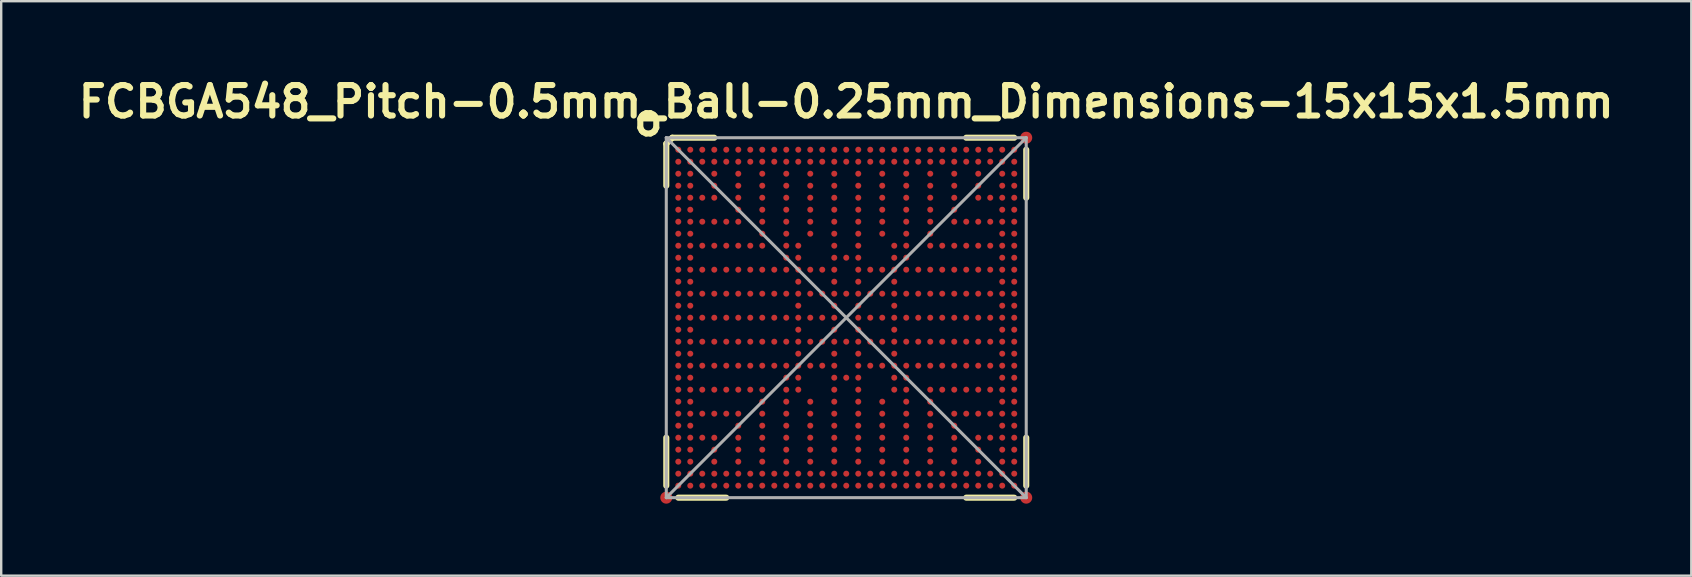
<source format=kicad_pcb>
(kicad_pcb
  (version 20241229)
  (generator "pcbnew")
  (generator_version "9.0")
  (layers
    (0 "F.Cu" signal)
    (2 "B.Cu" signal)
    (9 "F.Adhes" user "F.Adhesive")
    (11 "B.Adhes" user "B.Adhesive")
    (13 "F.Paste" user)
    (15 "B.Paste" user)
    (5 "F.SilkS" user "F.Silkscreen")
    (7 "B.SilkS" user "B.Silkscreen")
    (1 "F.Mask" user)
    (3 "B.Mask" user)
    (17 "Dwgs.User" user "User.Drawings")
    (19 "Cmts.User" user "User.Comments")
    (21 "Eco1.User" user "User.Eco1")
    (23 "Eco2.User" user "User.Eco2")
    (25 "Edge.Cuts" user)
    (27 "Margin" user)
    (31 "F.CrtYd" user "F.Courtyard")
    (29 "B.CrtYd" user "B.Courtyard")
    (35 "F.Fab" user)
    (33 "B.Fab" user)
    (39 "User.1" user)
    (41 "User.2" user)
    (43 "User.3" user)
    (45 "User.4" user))
  (footprint "FCBGA548_Pitch-0.5mm_Ball-0.25mm_Dimensions-15x15x1.5mm"
    (layer "F.Cu")
    (at 32.216 10.189)
    (property "Reference" "FCBGA548_Pitch-0.5mm_Ball-0.25mm_Dimensions-15x15x1.5mm" (at 0 -9 0) (layer "F.SilkS") (effects (font (size 1.27 1.27) (thickness 0.254))))
    (attr smd)
    (fp_line (start -7.5 -5.5) (end -7.5 -7.25) (stroke (width 0.254) (type solid)) (layer "F.SilkS"))
    (fp_line (start -7.5 7) (end -7.5 5) (stroke (width 0.254) (type solid)) (layer "F.SilkS"))
    (fp_line (start -7.25 -7.5) (end -7.5 -7.25) (stroke (width 0.254) (type solid)) (layer "F.SilkS"))
    (fp_line (start -7.25 -7.5) (end -5.5 -7.5) (stroke (width 0.254) (type solid)) (layer "F.SilkS"))
    (fp_line (start -5 7.5) (end -7 7.5) (stroke (width 0.254) (type solid)) (layer "F.SilkS"))
    (fp_line (start 5 -7.5) (end 7 -7.5) (stroke (width 0.254) (type solid)) (layer "F.SilkS"))
    (fp_line (start 7 7.5) (end 5 7.5) (stroke (width 0.254) (type solid)) (layer "F.SilkS"))
    (fp_line (start 7.5 -7) (end 7.5 -5) (stroke (width 0.254) (type solid)) (layer "F.SilkS"))
    (fp_line (start 7.5 5) (end 7.5 7) (stroke (width 0.254) (type solid)) (layer "F.SilkS"))
    (fp_line (start -7.5 -7.5) (end 7.5 -7.5) (stroke (width 0.127) (type solid)) (layer "F.Fab"))
    (fp_line (start -7.5 -7.5) (end 7.5 7.5) (stroke (width 0.127) (type solid)) (layer "F.Fab"))
    (fp_line (start -7.5 7.5) (end -7.5 -7.5) (stroke (width 0.127) (type solid)) (layer "F.Fab"))
    (fp_line (start 7.5 -7.5) (end -7.5 7.5) (stroke (width 0.127) (type solid)) (layer "F.Fab"))
    (fp_line (start 7.5 -7.5) (end 7.5 7.5) (stroke (width 0.127) (type solid)) (layer "F.Fab"))
    (fp_line (start 7.5 7.5) (end -7.5 7.5) (stroke (width 0.127) (type solid)) (layer "F.Fab"))
    (fp_text user "o" (at -8.25 -8.25 0) (layer "F.SilkS") (effects (font (size 1.27 1.27) (thickness 0.254))))
    (pad "" smd rect (at -7 -7) (size 0.3 0.3) (layers "F.Paste"))
    (pad "" smd rect (at -7 -6.5) (size 0.3 0.3) (layers "F.Paste"))
    (pad "" smd rect (at -7 -6) (size 0.3 0.3) (layers "F.Paste"))
    (pad "" smd rect (at -7 -5.5) (size 0.3 0.3) (layers "F.Paste"))
    (pad "" smd rect (at -7 -5) (size 0.3 0.3) (layers "F.Paste"))
    (pad "" smd rect (at -7 -4.5) (size 0.3 0.3) (layers "F.Paste"))
    (pad "" smd rect (at -7 -4) (size 0.3 0.3) (layers "F.Paste"))
    (pad "" smd rect (at -7 -3.5) (size 0.3 0.3) (layers "F.Paste"))
    (pad "" smd rect (at -7 -3) (size 0.3 0.3) (layers "F.Paste"))
    (pad "" smd rect (at -7 -2.5) (size 0.3 0.3) (layers "F.Paste"))
    (pad "" smd rect (at -7 -2) (size 0.3 0.3) (layers "F.Paste"))
    (pad "" smd rect (at -7 -1.5) (size 0.3 0.3) (layers "F.Paste"))
    (pad "" smd rect (at -7 -1) (size 0.3 0.3) (layers "F.Paste"))
    (pad "" smd rect (at -7 -0.5) (size 0.3 0.3) (layers "F.Paste"))
    (pad "" smd rect (at -7 0) (size 0.3 0.3) (layers "F.Paste"))
    (pad "" smd rect (at -7 0.5) (size 0.3 0.3) (layers "F.Paste"))
    (pad "" smd rect (at -7 1) (size 0.3 0.3) (layers "F.Paste"))
    (pad "" smd rect (at -7 1.5) (size 0.3 0.3) (layers "F.Paste"))
    (pad "" smd rect (at -7 2) (size 0.3 0.3) (layers "F.Paste"))
    (pad "" smd rect (at -7 2.5) (size 0.3 0.3) (layers "F.Paste"))
    (pad "" smd rect (at -7 3) (size 0.3 0.3) (layers "F.Paste"))
    (pad "" smd rect (at -7 3.5) (size 0.3 0.3) (layers "F.Paste"))
    (pad "" smd rect (at -7 4) (size 0.3 0.3) (layers "F.Paste"))
    (pad "" smd rect (at -7 4.5) (size 0.3 0.3) (layers "F.Paste"))
    (pad "" smd rect (at -7 5) (size 0.3 0.3) (layers "F.Paste"))
    (pad "" smd rect (at -7 5.5) (size 0.3 0.3) (layers "F.Paste"))
    (pad "" smd rect (at -7 6) (size 0.3 0.3) (layers "F.Paste"))
    (pad "" smd rect (at -7 6.5) (size 0.3 0.3) (layers "F.Paste"))
    (pad "" smd rect (at -7 7) (size 0.3 0.3) (layers "F.Paste"))
    (pad "" smd rect (at -6.5 -7) (size 0.3 0.3) (layers "F.Paste"))
    (pad "" smd rect (at -6.5 -6.5) (size 0.3 0.3) (layers "F.Paste"))
    (pad "" smd rect (at -6.5 -6) (size 0.3 0.3) (layers "F.Paste"))
    (pad "" smd rect (at -6.5 -5.5) (size 0.3 0.3) (layers "F.Paste"))
    (pad "" smd rect (at -6.5 -5) (size 0.3 0.3) (layers "F.Paste"))
    (pad "" smd rect (at -6.5 -4.5) (size 0.3 0.3) (layers "F.Paste"))
    (pad "" smd rect (at -6.5 -4) (size 0.3 0.3) (layers "F.Paste"))
    (pad "" smd rect (at -6.5 -3.5) (size 0.3 0.3) (layers "F.Paste"))
    (pad "" smd rect (at -6.5 -3) (size 0.3 0.3) (layers "F.Paste"))
    (pad "" smd rect (at -6.5 -2.5) (size 0.3 0.3) (layers "F.Paste"))
    (pad "" smd rect (at -6.5 -2) (size 0.3 0.3) (layers "F.Paste"))
    (pad "" smd rect (at -6.5 -1.5) (size 0.3 0.3) (layers "F.Paste"))
    (pad "" smd rect (at -6.5 -1) (size 0.3 0.3) (layers "F.Paste"))
    (pad "" smd rect (at -6.5 -0.5) (size 0.3 0.3) (layers "F.Paste"))
    (pad "" smd rect (at -6.5 0) (size 0.3 0.3) (layers "F.Paste"))
    (pad "" smd rect (at -6.5 0.5) (size 0.3 0.3) (layers "F.Paste"))
    (pad "" smd rect (at -6.5 1) (size 0.3 0.3) (layers "F.Paste"))
    (pad "" smd rect (at -6.5 1.5) (size 0.3 0.3) (layers "F.Paste"))
    (pad "" smd rect (at -6.5 2) (size 0.3 0.3) (layers "F.Paste"))
    (pad "" smd rect (at -6.5 2.5) (size 0.3 0.3) (layers "F.Paste"))
    (pad "" smd rect (at -6.5 3) (size 0.3 0.3) (layers "F.Paste"))
    (pad "" smd rect (at -6.5 3.5) (size 0.3 0.3) (layers "F.Paste"))
    (pad "" smd rect (at -6.5 4) (size 0.3 0.3) (layers "F.Paste"))
    (pad "" smd rect (at -6.5 4.5) (size 0.3 0.3) (layers "F.Paste"))
    (pad "" smd rect (at -6.5 5) (size 0.3 0.3) (layers "F.Paste"))
    (pad "" smd rect (at -6.5 5.5) (size 0.3 0.3) (layers "F.Paste"))
    (pad "" smd rect (at -6.5 6) (size 0.3 0.3) (layers "F.Paste"))
    (pad "" smd rect (at -6.5 6.5) (size 0.3 0.3) (layers "F.Paste"))
    (pad "" smd rect (at -6.5 7) (size 0.3 0.3) (layers "F.Paste"))
    (pad "" smd rect (at -6 -7) (size 0.3 0.3) (layers "F.Paste"))
    (pad "" smd rect (at -6 -6.5) (size 0.3 0.3) (layers "F.Paste"))
    (pad "" smd rect (at -6 -5) (size 0.3 0.3) (layers "F.Paste"))
    (pad "" smd rect (at -6 -4) (size 0.3 0.3) (layers "F.Paste"))
    (pad "" smd rect (at -6 -3) (size 0.3 0.3) (layers "F.Paste"))
    (pad "" smd rect (at -6 -2) (size 0.3 0.3) (layers "F.Paste"))
    (pad "" smd rect (at -6 -1) (size 0.3 0.3) (layers "F.Paste"))
    (pad "" smd rect (at -6 0) (size 0.3 0.3) (layers "F.Paste"))
    (pad "" smd rect (at -6 1) (size 0.3 0.3) (layers "F.Paste"))
    (pad "" smd rect (at -6 2) (size 0.3 0.3) (layers "F.Paste"))
    (pad "" smd rect (at -6 3) (size 0.3 0.3) (layers "F.Paste"))
    (pad "" smd rect (at -6 4) (size 0.3 0.3) (layers "F.Paste"))
    (pad "" smd rect (at -6 5) (size 0.3 0.3) (layers "F.Paste"))
    (pad "" smd rect (at -6 6.5) (size 0.3 0.3) (layers "F.Paste"))
    (pad "" smd rect (at -6 7) (size 0.3 0.3) (layers "F.Paste"))
    (pad "" smd rect (at -5.5 -7) (size 0.3 0.3) (layers "F.Paste"))
    (pad "" smd rect (at -5.5 -6.5) (size 0.3 0.3) (layers "F.Paste"))
    (pad "" smd rect (at -5.5 -6) (size 0.3 0.3) (layers "F.Paste"))
    (pad "" smd rect (at -5.5 -5.5) (size 0.3 0.3) (layers "F.Paste"))
    (pad "" smd rect (at -5.5 -5) (size 0.3 0.3) (layers "F.Paste"))
    (pad "" smd rect (at -5.5 -4) (size 0.3 0.3) (layers "F.Paste"))
    (pad "" smd rect (at -5.5 -3) (size 0.3 0.3) (layers "F.Paste"))
    (pad "" smd rect (at -5.5 -2) (size 0.3 0.3) (layers "F.Paste"))
    (pad "" smd rect (at -5.5 -1) (size 0.3 0.3) (layers "F.Paste"))
    (pad "" smd rect (at -5.5 0) (size 0.3 0.3) (layers "F.Paste"))
    (pad "" smd rect (at -5.5 1) (size 0.3 0.3) (layers "F.Paste"))
    (pad "" smd rect (at -5.5 2) (size 0.3 0.3) (layers "F.Paste"))
    (pad "" smd rect (at -5.5 3) (size 0.3 0.3) (layers "F.Paste"))
    (pad "" smd rect (at -5.5 4) (size 0.3 0.3) (layers "F.Paste"))
    (pad "" smd rect (at -5.5 5) (size 0.3 0.3) (layers "F.Paste"))
    (pad "" smd rect (at -5.5 5.5) (size 0.3 0.3) (layers "F.Paste"))
    (pad "" smd rect (at -5.5 6) (size 0.3 0.3) (layers "F.Paste"))
    (pad "" smd rect (at -5.5 6.5) (size 0.3 0.3) (layers "F.Paste"))
    (pad "" smd rect (at -5.5 7) (size 0.3 0.3) (layers "F.Paste"))
    (pad "" smd rect (at -5 -7) (size 0.3 0.3) (layers "F.Paste"))
    (pad "" smd rect (at -5 -6.5) (size 0.3 0.3) (layers "F.Paste"))
    (pad "" smd rect (at -5 -4) (size 0.3 0.3) (layers "F.Paste"))
    (pad "" smd rect (at -5 -3) (size 0.3 0.3) (layers "F.Paste"))
    (pad "" smd rect (at -5 -2) (size 0.3 0.3) (layers "F.Paste"))
    (pad "" smd rect (at -5 -1) (size 0.3 0.3) (layers "F.Paste"))
    (pad "" smd rect (at -5 0) (size 0.3 0.3) (layers "F.Paste"))
    (pad "" smd rect (at -5 1) (size 0.3 0.3) (layers "F.Paste"))
    (pad "" smd rect (at -5 2) (size 0.3 0.3) (layers "F.Paste"))
    (pad "" smd rect (at -5 3) (size 0.3 0.3) (layers "F.Paste"))
    (pad "" smd rect (at -5 4) (size 0.3 0.3) (layers "F.Paste"))
    (pad "" smd rect (at -5 6.5) (size 0.3 0.3) (layers "F.Paste"))
    (pad "" smd rect (at -5 7) (size 0.3 0.3) (layers "F.Paste"))
    (pad "" smd rect (at -4.5 -7) (size 0.3 0.3) (layers "F.Paste"))
    (pad "" smd rect (at -4.5 -6.5) (size 0.3 0.3) (layers "F.Paste"))
    (pad "" smd rect (at -4.5 -6) (size 0.3 0.3) (layers "F.Paste"))
    (pad "" smd rect (at -4.5 -5.5) (size 0.3 0.3) (layers "F.Paste"))
    (pad "" smd rect (at -4.5 -5) (size 0.3 0.3) (layers "F.Paste"))
    (pad "" smd rect (at -4.5 -4.5) (size 0.3 0.3) (layers "F.Paste"))
    (pad "" smd rect (at -4.5 -4) (size 0.3 0.3) (layers "F.Paste"))
    (pad "" smd rect (at -4.5 -3) (size 0.3 0.3) (layers "F.Paste"))
    (pad "" smd rect (at -4.5 -2) (size 0.3 0.3) (layers "F.Paste"))
    (pad "" smd rect (at -4.5 -1) (size 0.3 0.3) (layers "F.Paste"))
    (pad "" smd rect (at -4.5 0) (size 0.3 0.3) (layers "F.Paste"))
    (pad "" smd rect (at -4.5 1) (size 0.3 0.3) (layers "F.Paste"))
    (pad "" smd rect (at -4.5 2) (size 0.3 0.3) (layers "F.Paste"))
    (pad "" smd rect (at -4.5 3) (size 0.3 0.3) (layers "F.Paste"))
    (pad "" smd rect (at -4.5 4) (size 0.3 0.3) (layers "F.Paste"))
    (pad "" smd rect (at -4.5 4.5) (size 0.3 0.3) (layers "F.Paste"))
    (pad "" smd rect (at -4.5 5) (size 0.3 0.3) (layers "F.Paste"))
    (pad "" smd rect (at -4.5 5.5) (size 0.3 0.3) (layers "F.Paste"))
    (pad "" smd rect (at -4.5 6) (size 0.3 0.3) (layers "F.Paste"))
    (pad "" smd rect (at -4.5 6.5) (size 0.3 0.3) (layers "F.Paste"))
    (pad "" smd rect (at -4.5 7) (size 0.3 0.3) (layers "F.Paste"))
    (pad "" smd rect (at -4 -7) (size 0.3 0.3) (layers "F.Paste"))
    (pad "" smd rect (at -4 -6.5) (size 0.3 0.3) (layers "F.Paste"))
    (pad "" smd rect (at -4 -3) (size 0.3 0.3) (layers "F.Paste"))
    (pad "" smd rect (at -4 -2) (size 0.3 0.3) (layers "F.Paste"))
    (pad "" smd rect (at -4 -1) (size 0.3 0.3) (layers "F.Paste"))
    (pad "" smd rect (at -4 0) (size 0.3 0.3) (layers "F.Paste"))
    (pad "" smd rect (at -4 1) (size 0.3 0.3) (layers "F.Paste"))
    (pad "" smd rect (at -4 2) (size 0.3 0.3) (layers "F.Paste"))
    (pad "" smd rect (at -4 3) (size 0.3 0.3) (layers "F.Paste"))
    (pad "" smd rect (at -4 6.5) (size 0.3 0.3) (layers "F.Paste"))
    (pad "" smd rect (at -4 7) (size 0.3 0.3) (layers "F.Paste"))
    (pad "" smd rect (at -3.5 -7) (size 0.3 0.3) (layers "F.Paste"))
    (pad "" smd rect (at -3.5 -6.5) (size 0.3 0.3) (layers "F.Paste"))
    (pad "" smd rect (at -3.5 -6) (size 0.3 0.3) (layers "F.Paste"))
    (pad "" smd rect (at -3.5 -5.5) (size 0.3 0.3) (layers "F.Paste"))
    (pad "" smd rect (at -3.5 -5) (size 0.3 0.3) (layers "F.Paste"))
    (pad "" smd rect (at -3.5 -4.5) (size 0.3 0.3) (layers "F.Paste"))
    (pad "" smd rect (at -3.5 -4) (size 0.3 0.3) (layers "F.Paste"))
    (pad "" smd rect (at -3.5 -3.5) (size 0.3 0.3) (layers "F.Paste"))
    (pad "" smd rect (at -3.5 -3) (size 0.3 0.3) (layers "F.Paste"))
    (pad "" smd rect (at -3.5 -2) (size 0.3 0.3) (layers "F.Paste"))
    (pad "" smd rect (at -3.5 -1) (size 0.3 0.3) (layers "F.Paste"))
    (pad "" smd rect (at -3.5 0) (size 0.3 0.3) (layers "F.Paste"))
    (pad "" smd rect (at -3.5 1) (size 0.3 0.3) (layers "F.Paste"))
    (pad "" smd rect (at -3.5 2) (size 0.3 0.3) (layers "F.Paste"))
    (pad "" smd rect (at -3.5 3) (size 0.3 0.3) (layers "F.Paste"))
    (pad "" smd rect (at -3.5 3.5) (size 0.3 0.3) (layers "F.Paste"))
    (pad "" smd rect (at -3.5 4) (size 0.3 0.3) (layers "F.Paste"))
    (pad "" smd rect (at -3.5 4.5) (size 0.3 0.3) (layers "F.Paste"))
    (pad "" smd rect (at -3.5 5) (size 0.3 0.3) (layers "F.Paste"))
    (pad "" smd rect (at -3.5 5.5) (size 0.3 0.3) (layers "F.Paste"))
    (pad "" smd rect (at -3.5 6) (size 0.3 0.3) (layers "F.Paste"))
    (pad "" smd rect (at -3.5 6.5) (size 0.3 0.3) (layers "F.Paste"))
    (pad "" smd rect (at -3.5 7) (size 0.3 0.3) (layers "F.Paste"))
    (pad "" smd rect (at -3 -7) (size 0.3 0.3) (layers "F.Paste"))
    (pad "" smd rect (at -3 -6.5) (size 0.3 0.3) (layers "F.Paste"))
    (pad "" smd rect (at -3 -2) (size 0.3 0.3) (layers "F.Paste"))
    (pad "" smd rect (at -3 -1) (size 0.3 0.3) (layers "F.Paste"))
    (pad "" smd rect (at -3 0) (size 0.3 0.3) (layers "F.Paste"))
    (pad "" smd rect (at -3 1) (size 0.3 0.3) (layers "F.Paste"))
    (pad "" smd rect (at -3 2) (size 0.3 0.3) (layers "F.Paste"))
    (pad "" smd rect (at -3 6.5) (size 0.3 0.3) (layers "F.Paste"))
    (pad "" smd rect (at -3 7) (size 0.3 0.3) (layers "F.Paste"))
    (pad "" smd rect (at -2.5 -7) (size 0.3 0.3) (layers "F.Paste"))
    (pad "" smd rect (at -2.5 -6.5) (size 0.3 0.3) (layers "F.Paste"))
    (pad "" smd rect (at -2.5 -6) (size 0.3 0.3) (layers "F.Paste"))
    (pad "" smd rect (at -2.5 -5.5) (size 0.3 0.3) (layers "F.Paste"))
    (pad "" smd rect (at -2.5 -5) (size 0.3 0.3) (layers "F.Paste"))
    (pad "" smd rect (at -2.5 -4.5) (size 0.3 0.3) (layers "F.Paste"))
    (pad "" smd rect (at -2.5 -4) (size 0.3 0.3) (layers "F.Paste"))
    (pad "" smd rect (at -2.5 -3.5) (size 0.3 0.3) (layers "F.Paste"))
    (pad "" smd rect (at -2.5 -3) (size 0.3 0.3) (layers "F.Paste"))
    (pad "" smd rect (at -2.5 -2.5) (size 0.3 0.3) (layers "F.Paste"))
    (pad "" smd rect (at -2.5 -2) (size 0.3 0.3) (layers "F.Paste"))
    (pad "" smd rect (at -2.5 -1) (size 0.3 0.3) (layers "F.Paste"))
    (pad "" smd rect (at -2.5 0) (size 0.3 0.3) (layers "F.Paste"))
    (pad "" smd rect (at -2.5 1) (size 0.3 0.3) (layers "F.Paste"))
    (pad "" smd rect (at -2.5 2) (size 0.3 0.3) (layers "F.Paste"))
    (pad "" smd rect (at -2.5 2.5) (size 0.3 0.3) (layers "F.Paste"))
    (pad "" smd rect (at -2.5 3) (size 0.3 0.3) (layers "F.Paste"))
    (pad "" smd rect (at -2.5 3.5) (size 0.3 0.3) (layers "F.Paste"))
    (pad "" smd rect (at -2.5 4) (size 0.3 0.3) (layers "F.Paste"))
    (pad "" smd rect (at -2.5 4.5) (size 0.3 0.3) (layers "F.Paste"))
    (pad "" smd rect (at -2.5 5) (size 0.3 0.3) (layers "F.Paste"))
    (pad "" smd rect (at -2.5 5.5) (size 0.3 0.3) (layers "F.Paste"))
    (pad "" smd rect (at -2.5 6) (size 0.3 0.3) (layers "F.Paste"))
    (pad "" smd rect (at -2.5 6.5) (size 0.3 0.3) (layers "F.Paste"))
    (pad "" smd rect (at -2.5 7) (size 0.3 0.3) (layers "F.Paste"))
    (pad "" smd rect (at -2 -7) (size 0.3 0.3) (layers "F.Paste"))
    (pad "" smd rect (at -2 -6.5) (size 0.3 0.3) (layers "F.Paste"))
    (pad "" smd rect (at -2 -3) (size 0.3 0.3) (layers "F.Paste"))
    (pad "" smd rect (at -2 -2.5) (size 0.3 0.3) (layers "F.Paste"))
    (pad "" smd rect (at -2 -2) (size 0.3 0.3) (layers "F.Paste"))
    (pad "" smd rect (at -2 -1.5) (size 0.3 0.3) (layers "F.Paste"))
    (pad "" smd rect (at -2 -1) (size 0.3 0.3) (layers "F.Paste"))
    (pad "" smd rect (at -2 -0.5) (size 0.3 0.3) (layers "F.Paste"))
    (pad "" smd rect (at -2 0) (size 0.3 0.3) (layers "F.Paste"))
    (pad "" smd rect (at -2 0.5) (size 0.3 0.3) (layers "F.Paste"))
    (pad "" smd rect (at -2 1) (size 0.3 0.3) (layers "F.Paste"))
    (pad "" smd rect (at -2 1.5) (size 0.3 0.3) (layers "F.Paste"))
    (pad "" smd rect (at -2 2) (size 0.3 0.3) (layers "F.Paste"))
    (pad "" smd rect (at -2 2.5) (size 0.3 0.3) (layers "F.Paste"))
    (pad "" smd rect (at -2 3) (size 0.3 0.3) (layers "F.Paste"))
    (pad "" smd rect (at -2 6.5) (size 0.3 0.3) (layers "F.Paste"))
    (pad "" smd rect (at -2 7) (size 0.3 0.3) (layers "F.Paste"))
    (pad "" smd rect (at -1.5 -7) (size 0.3 0.3) (layers "F.Paste"))
    (pad "" smd rect (at -1.5 -6.5) (size 0.3 0.3) (layers "F.Paste"))
    (pad "" smd rect (at -1.5 -6) (size 0.3 0.3) (layers "F.Paste"))
    (pad "" smd rect (at -1.5 -5.5) (size 0.3 0.3) (layers "F.Paste"))
    (pad "" smd rect (at -1.5 -5) (size 0.3 0.3) (layers "F.Paste"))
    (pad "" smd rect (at -1.5 -4.5) (size 0.3 0.3) (layers "F.Paste"))
    (pad "" smd rect (at -1.5 -4) (size 0.3 0.3) (layers "F.Paste"))
    (pad "" smd rect (at -1.5 -3.5) (size 0.3 0.3) (layers "F.Paste"))
    (pad "" smd rect (at -1.5 -2) (size 0.3 0.3) (layers "F.Paste"))
    (pad "" smd rect (at -1.5 -1) (size 0.3 0.3) (layers "F.Paste"))
    (pad "" smd rect (at -1.5 0) (size 0.3 0.3) (layers "F.Paste"))
    (pad "" smd rect (at -1.5 1) (size 0.3 0.3) (layers "F.Paste"))
    (pad "" smd rect (at -1.5 2) (size 0.3 0.3) (layers "F.Paste"))
    (pad "" smd rect (at -1.5 3.5) (size 0.3 0.3) (layers "F.Paste"))
    (pad "" smd rect (at -1.5 4) (size 0.3 0.3) (layers "F.Paste"))
    (pad "" smd rect (at -1.5 4.5) (size 0.3 0.3) (layers "F.Paste"))
    (pad "" smd rect (at -1.5 5) (size 0.3 0.3) (layers "F.Paste"))
    (pad "" smd rect (at -1.5 5.5) (size 0.3 0.3) (layers "F.Paste"))
    (pad "" smd rect (at -1.5 6) (size 0.3 0.3) (layers "F.Paste"))
    (pad "" smd rect (at -1.5 6.5) (size 0.3 0.3) (layers "F.Paste"))
    (pad "" smd rect (at -1.5 7) (size 0.3 0.3) (layers "F.Paste"))
    (pad "" smd rect (at -1 -7) (size 0.3 0.3) (layers "F.Paste"))
    (pad "" smd rect (at -1 -6.5) (size 0.3 0.3) (layers "F.Paste"))
    (pad "" smd rect (at -1 -2) (size 0.3 0.3) (layers "F.Paste"))
    (pad "" smd rect (at -1 -1) (size 0.3 0.3) (layers "F.Paste"))
    (pad "" smd rect (at -1 0) (size 0.3 0.3) (layers "F.Paste"))
    (pad "" smd rect (at -1 1) (size 0.3 0.3) (layers "F.Paste"))
    (pad "" smd rect (at -1 2) (size 0.3 0.3) (layers "F.Paste"))
    (pad "" smd rect (at -1 6.5) (size 0.3 0.3) (layers "F.Paste"))
    (pad "" smd rect (at -1 7) (size 0.3 0.3) (layers "F.Paste"))
    (pad "" smd rect (at -0.5 -7) (size 0.3 0.3) (layers "F.Paste"))
    (pad "" smd rect (at -0.5 -6.5) (size 0.3 0.3) (layers "F.Paste"))
    (pad "" smd rect (at -0.5 -6) (size 0.3 0.3) (layers "F.Paste"))
    (pad "" smd rect (at -0.5 -5.5) (size 0.3 0.3) (layers "F.Paste"))
    (pad "" smd rect (at -0.5 -5) (size 0.3 0.3) (layers "F.Paste"))
    (pad "" smd rect (at -0.5 -4.5) (size 0.3 0.3) (layers "F.Paste"))
    (pad "" smd rect (at -0.5 -4) (size 0.3 0.3) (layers "F.Paste"))
    (pad "" smd rect (at -0.5 -3.5) (size 0.3 0.3) (layers "F.Paste"))
    (pad "" smd rect (at -0.5 -3) (size 0.3 0.3) (layers "F.Paste"))
    (pad "" smd rect (at -0.5 -2.5) (size 0.3 0.3) (layers "F.Paste"))
    (pad "" smd rect (at -0.5 -2) (size 0.3 0.3) (layers "F.Paste"))
    (pad "" smd rect (at -0.5 -1.5) (size 0.3 0.3) (layers "F.Paste"))
    (pad "" smd rect (at -0.5 -1) (size 0.3 0.3) (layers "F.Paste"))
    (pad "" smd rect (at -0.5 -0.5) (size 0.3 0.3) (layers "F.Paste"))
    (pad "" smd rect (at -0.5 0) (size 0.3 0.3) (layers "F.Paste"))
    (pad "" smd rect (at -0.5 0.5) (size 0.3 0.3) (layers "F.Paste"))
    (pad "" smd rect (at -0.5 1) (size 0.3 0.3) (layers "F.Paste"))
    (pad "" smd rect (at -0.5 1.5) (size 0.3 0.3) (layers "F.Paste"))
    (pad "" smd rect (at -0.5 2) (size 0.3 0.3) (layers "F.Paste"))
    (pad "" smd rect (at -0.5 2.5) (size 0.3 0.3) (layers "F.Paste"))
    (pad "" smd rect (at -0.5 3) (size 0.3 0.3) (layers "F.Paste"))
    (pad "" smd rect (at -0.5 3.5) (size 0.3 0.3) (layers "F.Paste"))
    (pad "" smd rect (at -0.5 4) (size 0.3 0.3) (layers "F.Paste"))
    (pad "" smd rect (at -0.5 4.5) (size 0.3 0.3) (layers "F.Paste"))
    (pad "" smd rect (at -0.5 5) (size 0.3 0.3) (layers "F.Paste"))
    (pad "" smd rect (at -0.5 5.5) (size 0.3 0.3) (layers "F.Paste"))
    (pad "" smd rect (at -0.5 6) (size 0.3 0.3) (layers "F.Paste"))
    (pad "" smd rect (at -0.5 6.5) (size 0.3 0.3) (layers "F.Paste"))
    (pad "" smd rect (at -0.5 7) (size 0.3 0.3) (layers "F.Paste"))
    (pad "" smd rect (at 0 -7) (size 0.3 0.3) (layers "F.Paste"))
    (pad "" smd rect (at 0 -6.5) (size 0.3 0.3) (layers "F.Paste"))
    (pad "" smd rect (at 0 -2.5) (size 0.3 0.3) (layers "F.Paste"))
    (pad "" smd rect (at 0 -1) (size 0.3 0.3) (layers "F.Paste"))
    (pad "" smd rect (at 0 1) (size 0.3 0.3) (layers "F.Paste"))
    (pad "" smd rect (at 0 2.5) (size 0.3 0.3) (layers "F.Paste"))
    (pad "" smd rect (at 0 6.5) (size 0.3 0.3) (layers "F.Paste"))
    (pad "" smd rect (at 0 7) (size 0.3 0.3) (layers "F.Paste"))
    (pad "" smd rect (at 0.5 -7) (size 0.3 0.3) (layers "F.Paste"))
    (pad "" smd rect (at 0.5 -6.5) (size 0.3 0.3) (layers "F.Paste"))
    (pad "" smd rect (at 0.5 -6) (size 0.3 0.3) (layers "F.Paste"))
    (pad "" smd rect (at 0.5 -5.5) (size 0.3 0.3) (layers "F.Paste"))
    (pad "" smd rect (at 0.5 -5) (size 0.3 0.3) (layers "F.Paste"))
    (pad "" smd rect (at 0.5 -4.5) (size 0.3 0.3) (layers "F.Paste"))
    (pad "" smd rect (at 0.5 -4) (size 0.3 0.3) (layers "F.Paste"))
    (pad "" smd rect (at 0.5 -3.5) (size 0.3 0.3) (layers "F.Paste"))
    (pad "" smd rect (at 0.5 -3) (size 0.3 0.3) (layers "F.Paste"))
    (pad "" smd rect (at 0.5 -2.5) (size 0.3 0.3) (layers "F.Paste"))
    (pad "" smd rect (at 0.5 -2) (size 0.3 0.3) (layers "F.Paste"))
    (pad "" smd rect (at 0.5 -1.5) (size 0.3 0.3) (layers "F.Paste"))
    (pad "" smd rect (at 0.5 -1) (size 0.3 0.3) (layers "F.Paste"))
    (pad "" smd rect (at 0.5 -0.5) (size 0.3 0.3) (layers "F.Paste"))
    (pad "" smd rect (at 0.5 0) (size 0.3 0.3) (layers "F.Paste"))
    (pad "" smd rect (at 0.5 0.5) (size 0.3 0.3) (layers "F.Paste"))
    (pad "" smd rect (at 0.5 1) (size 0.3 0.3) (layers "F.Paste"))
    (pad "" smd rect (at 0.5 1.5) (size 0.3 0.3) (layers "F.Paste"))
    (pad "" smd rect (at 0.5 2) (size 0.3 0.3) (layers "F.Paste"))
    (pad "" smd rect (at 0.5 2.5) (size 0.3 0.3) (layers "F.Paste"))
    (pad "" smd rect (at 0.5 3) (size 0.3 0.3) (layers "F.Paste"))
    (pad "" smd rect (at 0.5 3.5) (size 0.3 0.3) (layers "F.Paste"))
    (pad "" smd rect (at 0.5 4) (size 0.3 0.3) (layers "F.Paste"))
    (pad "" smd rect (at 0.5 4.5) (size 0.3 0.3) (layers "F.Paste"))
    (pad "" smd rect (at 0.5 5) (size 0.3 0.3) (layers "F.Paste"))
    (pad "" smd rect (at 0.5 5.5) (size 0.3 0.3) (layers "F.Paste"))
    (pad "" smd rect (at 0.5 6) (size 0.3 0.3) (layers "F.Paste"))
    (pad "" smd rect (at 0.5 6.5) (size 0.3 0.3) (layers "F.Paste"))
    (pad "" smd rect (at 0.5 7) (size 0.3 0.3) (layers "F.Paste"))
    (pad "" smd rect (at 1 -7) (size 0.3 0.3) (layers "F.Paste"))
    (pad "" smd rect (at 1 -6.5) (size 0.3 0.3) (layers "F.Paste"))
    (pad "" smd rect (at 1 -2) (size 0.3 0.3) (layers "F.Paste"))
    (pad "" smd rect (at 1 -1) (size 0.3 0.3) (layers "F.Paste"))
    (pad "" smd rect (at 1 0) (size 0.3 0.3) (layers "F.Paste"))
    (pad "" smd rect (at 1 1) (size 0.3 0.3) (layers "F.Paste"))
    (pad "" smd rect (at 1 2) (size 0.3 0.3) (layers "F.Paste"))
    (pad "" smd rect (at 1 6.5) (size 0.3 0.3) (layers "F.Paste"))
    (pad "" smd rect (at 1 7) (size 0.3 0.3) (layers "F.Paste"))
    (pad "" smd rect (at 1.5 -7) (size 0.3 0.3) (layers "F.Paste"))
    (pad "" smd rect (at 1.5 -6.5) (size 0.3 0.3) (layers "F.Paste"))
    (pad "" smd rect (at 1.5 -6) (size 0.3 0.3) (layers "F.Paste"))
    (pad "" smd rect (at 1.5 -5.5) (size 0.3 0.3) (layers "F.Paste"))
    (pad "" smd rect (at 1.5 -5) (size 0.3 0.3) (layers "F.Paste"))
    (pad "" smd rect (at 1.5 -4.5) (size 0.3 0.3) (layers "F.Paste"))
    (pad "" smd rect (at 1.5 -4) (size 0.3 0.3) (layers "F.Paste"))
    (pad "" smd rect (at 1.5 -3.5) (size 0.3 0.3) (layers "F.Paste"))
    (pad "" smd rect (at 1.5 -2) (size 0.3 0.3) (layers "F.Paste"))
    (pad "" smd rect (at 1.5 -1) (size 0.3 0.3) (layers "F.Paste"))
    (pad "" smd rect (at 1.5 0) (size 0.3 0.3) (layers "F.Paste"))
    (pad "" smd rect (at 1.5 1) (size 0.3 0.3) (layers "F.Paste"))
    (pad "" smd rect (at 1.5 2) (size 0.3 0.3) (layers "F.Paste"))
    (pad "" smd rect (at 1.5 3.5) (size 0.3 0.3) (layers "F.Paste"))
    (pad "" smd rect (at 1.5 4) (size 0.3 0.3) (layers "F.Paste"))
    (pad "" smd rect (at 1.5 4.5) (size 0.3 0.3) (layers "F.Paste"))
    (pad "" smd rect (at 1.5 5) (size 0.3 0.3) (layers "F.Paste"))
    (pad "" smd rect (at 1.5 5.5) (size 0.3 0.3) (layers "F.Paste"))
    (pad "" smd rect (at 1.5 6) (size 0.3 0.3) (layers "F.Paste"))
    (pad "" smd rect (at 1.5 6.5) (size 0.3 0.3) (layers "F.Paste"))
    (pad "" smd rect (at 1.5 7) (size 0.3 0.3) (layers "F.Paste"))
    (pad "" smd rect (at 2 -7) (size 0.3 0.3) (layers "F.Paste"))
    (pad "" smd rect (at 2 -6.5) (size 0.3 0.3) (layers "F.Paste"))
    (pad "" smd rect (at 2 -3) (size 0.3 0.3) (layers "F.Paste"))
    (pad "" smd rect (at 2 -2.5) (size 0.3 0.3) (layers "F.Paste"))
    (pad "" smd rect (at 2 -2) (size 0.3 0.3) (layers "F.Paste"))
    (pad "" smd rect (at 2 -1.5) (size 0.3 0.3) (layers "F.Paste"))
    (pad "" smd rect (at 2 -1) (size 0.3 0.3) (layers "F.Paste"))
    (pad "" smd rect (at 2 -0.5) (size 0.3 0.3) (layers "F.Paste"))
    (pad "" smd rect (at 2 0) (size 0.3 0.3) (layers "F.Paste"))
    (pad "" smd rect (at 2 0.5) (size 0.3 0.3) (layers "F.Paste"))
    (pad "" smd rect (at 2 1) (size 0.3 0.3) (layers "F.Paste"))
    (pad "" smd rect (at 2 1.5) (size 0.3 0.3) (layers "F.Paste"))
    (pad "" smd rect (at 2 2) (size 0.3 0.3) (layers "F.Paste"))
    (pad "" smd rect (at 2 2.5) (size 0.3 0.3) (layers "F.Paste"))
    (pad "" smd rect (at 2 3) (size 0.3 0.3) (layers "F.Paste"))
    (pad "" smd rect (at 2 6.5) (size 0.3 0.3) (layers "F.Paste"))
    (pad "" smd rect (at 2 7) (size 0.3 0.3) (layers "F.Paste"))
    (pad "" smd rect (at 2.5 -7) (size 0.3 0.3) (layers "F.Paste"))
    (pad "" smd rect (at 2.5 -6.5) (size 0.3 0.3) (layers "F.Paste"))
    (pad "" smd rect (at 2.5 -6) (size 0.3 0.3) (layers "F.Paste"))
    (pad "" smd rect (at 2.5 -5.5) (size 0.3 0.3) (layers "F.Paste"))
    (pad "" smd rect (at 2.5 -5) (size 0.3 0.3) (layers "F.Paste"))
    (pad "" smd rect (at 2.5 -4.5) (size 0.3 0.3) (layers "F.Paste"))
    (pad "" smd rect (at 2.5 -4) (size 0.3 0.3) (layers "F.Paste"))
    (pad "" smd rect (at 2.5 -3.5) (size 0.3 0.3) (layers "F.Paste"))
    (pad "" smd rect (at 2.5 -3) (size 0.3 0.3) (layers "F.Paste"))
    (pad "" smd rect (at 2.5 -2.5) (size 0.3 0.3) (layers "F.Paste"))
    (pad "" smd rect (at 2.5 -2) (size 0.3 0.3) (layers "F.Paste"))
    (pad "" smd rect (at 2.5 -1) (size 0.3 0.3) (layers "F.Paste"))
    (pad "" smd rect (at 2.5 0) (size 0.3 0.3) (layers "F.Paste"))
    (pad "" smd rect (at 2.5 1) (size 0.3 0.3) (layers "F.Paste"))
    (pad "" smd rect (at 2.5 2) (size 0.3 0.3) (layers "F.Paste"))
    (pad "" smd rect (at 2.5 2.5) (size 0.3 0.3) (layers "F.Paste"))
    (pad "" smd rect (at 2.5 3) (size 0.3 0.3) (layers "F.Paste"))
    (pad "" smd rect (at 2.5 3.5) (size 0.3 0.3) (layers "F.Paste"))
    (pad "" smd rect (at 2.5 4) (size 0.3 0.3) (layers "F.Paste"))
    (pad "" smd rect (at 2.5 4.5) (size 0.3 0.3) (layers "F.Paste"))
    (pad "" smd rect (at 2.5 5) (size 0.3 0.3) (layers "F.Paste"))
    (pad "" smd rect (at 2.5 5.5) (size 0.3 0.3) (layers "F.Paste"))
    (pad "" smd rect (at 2.5 6) (size 0.3 0.3) (layers "F.Paste"))
    (pad "" smd rect (at 2.5 6.5) (size 0.3 0.3) (layers "F.Paste"))
    (pad "" smd rect (at 2.5 7) (size 0.3 0.3) (layers "F.Paste"))
    (pad "" smd rect (at 3 -7) (size 0.3 0.3) (layers "F.Paste"))
    (pad "" smd rect (at 3 -6.5) (size 0.3 0.3) (layers "F.Paste"))
    (pad "" smd rect (at 3 -2) (size 0.3 0.3) (layers "F.Paste"))
    (pad "" smd rect (at 3 -1) (size 0.3 0.3) (layers "F.Paste"))
    (pad "" smd rect (at 3 0) (size 0.3 0.3) (layers "F.Paste"))
    (pad "" smd rect (at 3 1) (size 0.3 0.3) (layers "F.Paste"))
    (pad "" smd rect (at 3 2) (size 0.3 0.3) (layers "F.Paste"))
    (pad "" smd rect (at 3 6.5) (size 0.3 0.3) (layers "F.Paste"))
    (pad "" smd rect (at 3 7) (size 0.3 0.3) (layers "F.Paste"))
    (pad "" smd rect (at 3.5 -7) (size 0.3 0.3) (layers "F.Paste"))
    (pad "" smd rect (at 3.5 -6.5) (size 0.3 0.3) (layers "F.Paste"))
    (pad "" smd rect (at 3.5 -6) (size 0.3 0.3) (layers "F.Paste"))
    (pad "" smd rect (at 3.5 -5.5) (size 0.3 0.3) (layers "F.Paste"))
    (pad "" smd rect (at 3.5 -5) (size 0.3 0.3) (layers "F.Paste"))
    (pad "" smd rect (at 3.5 -4.5) (size 0.3 0.3) (layers "F.Paste"))
    (pad "" smd rect (at 3.5 -4) (size 0.3 0.3) (layers "F.Paste"))
    (pad "" smd rect (at 3.5 -3.5) (size 0.3 0.3) (layers "F.Paste"))
    (pad "" smd rect (at 3.5 -3) (size 0.3 0.3) (layers "F.Paste"))
    (pad "" smd rect (at 3.5 -2) (size 0.3 0.3) (layers "F.Paste"))
    (pad "" smd rect (at 3.5 -1) (size 0.3 0.3) (layers "F.Paste"))
    (pad "" smd rect (at 3.5 0) (size 0.3 0.3) (layers "F.Paste"))
    (pad "" smd rect (at 3.5 1) (size 0.3 0.3) (layers "F.Paste"))
    (pad "" smd rect (at 3.5 2) (size 0.3 0.3) (layers "F.Paste"))
    (pad "" smd rect (at 3.5 3) (size 0.3 0.3) (layers "F.Paste"))
    (pad "" smd rect (at 3.5 3.5) (size 0.3 0.3) (layers "F.Paste"))
    (pad "" smd rect (at 3.5 4) (size 0.3 0.3) (layers "F.Paste"))
    (pad "" smd rect (at 3.5 4.5) (size 0.3 0.3) (layers "F.Paste"))
    (pad "" smd rect (at 3.5 5) (size 0.3 0.3) (layers "F.Paste"))
    (pad "" smd rect (at 3.5 5.5) (size 0.3 0.3) (layers "F.Paste"))
    (pad "" smd rect (at 3.5 6) (size 0.3 0.3) (layers "F.Paste"))
    (pad "" smd rect (at 3.5 6.5) (size 0.3 0.3) (layers "F.Paste"))
    (pad "" smd rect (at 3.5 7) (size 0.3 0.3) (layers "F.Paste"))
    (pad "" smd rect (at 4 -7) (size 0.3 0.3) (layers "F.Paste"))
    (pad "" smd rect (at 4 -6.5) (size 0.3 0.3) (layers "F.Paste"))
    (pad "" smd rect (at 4 -3) (size 0.3 0.3) (layers "F.Paste"))
    (pad "" smd rect (at 4 -2) (size 0.3 0.3) (layers "F.Paste"))
    (pad "" smd rect (at 4 -1) (size 0.3 0.3) (layers "F.Paste"))
    (pad "" smd rect (at 4 0) (size 0.3 0.3) (layers "F.Paste"))
    (pad "" smd rect (at 4 1) (size 0.3 0.3) (layers "F.Paste"))
    (pad "" smd rect (at 4 2) (size 0.3 0.3) (layers "F.Paste"))
    (pad "" smd rect (at 4 3) (size 0.3 0.3) (layers "F.Paste"))
    (pad "" smd rect (at 4 6.5) (size 0.3 0.3) (layers "F.Paste"))
    (pad "" smd rect (at 4 7) (size 0.3 0.3) (layers "F.Paste"))
    (pad "" smd rect (at 4.5 -7) (size 0.3 0.3) (layers "F.Paste"))
    (pad "" smd rect (at 4.5 -6.5) (size 0.3 0.3) (layers "F.Paste"))
    (pad "" smd rect (at 4.5 -6) (size 0.3 0.3) (layers "F.Paste"))
    (pad "" smd rect (at 4.5 -5.5) (size 0.3 0.3) (layers "F.Paste"))
    (pad "" smd rect (at 4.5 -5) (size 0.3 0.3) (layers "F.Paste"))
    (pad "" smd rect (at 4.5 -4.5) (size 0.3 0.3) (layers "F.Paste"))
    (pad "" smd rect (at 4.5 -4) (size 0.3 0.3) (layers "F.Paste"))
    (pad "" smd rect (at 4.5 -3) (size 0.3 0.3) (layers "F.Paste"))
    (pad "" smd rect (at 4.5 -2) (size 0.3 0.3) (layers "F.Paste"))
    (pad "" smd rect (at 4.5 -1) (size 0.3 0.3) (layers "F.Paste"))
    (pad "" smd rect (at 4.5 0) (size 0.3 0.3) (layers "F.Paste"))
    (pad "" smd rect (at 4.5 1) (size 0.3 0.3) (layers "F.Paste"))
    (pad "" smd rect (at 4.5 2) (size 0.3 0.3) (layers "F.Paste"))
    (pad "" smd rect (at 4.5 3) (size 0.3 0.3) (layers "F.Paste"))
    (pad "" smd rect (at 4.5 4) (size 0.3 0.3) (layers "F.Paste"))
    (pad "" smd rect (at 4.5 4.5) (size 0.3 0.3) (layers "F.Paste"))
    (pad "" smd rect (at 4.5 5) (size 0.3 0.3) (layers "F.Paste"))
    (pad "" smd rect (at 4.5 5.5) (size 0.3 0.3) (layers "F.Paste"))
    (pad "" smd rect (at 4.5 6) (size 0.3 0.3) (layers "F.Paste"))
    (pad "" smd rect (at 4.5 6.5) (size 0.3 0.3) (layers "F.Paste"))
    (pad "" smd rect (at 4.5 7) (size 0.3 0.3) (layers "F.Paste"))
    (pad "" smd rect (at 5 -7) (size 0.3 0.3) (layers "F.Paste"))
    (pad "" smd rect (at 5 -6.5) (size 0.3 0.3) (layers "F.Paste"))
    (pad "" smd rect (at 5 -4) (size 0.3 0.3) (layers "F.Paste"))
    (pad "" smd rect (at 5 -3) (size 0.3 0.3) (layers "F.Paste"))
    (pad "" smd rect (at 5 -2) (size 0.3 0.3) (layers "F.Paste"))
    (pad "" smd rect (at 5 -1) (size 0.3 0.3) (layers "F.Paste"))
    (pad "" smd rect (at 5 0) (size 0.3 0.3) (layers "F.Paste"))
    (pad "" smd rect (at 5 1) (size 0.3 0.3) (layers "F.Paste"))
    (pad "" smd rect (at 5 2) (size 0.3 0.3) (layers "F.Paste"))
    (pad "" smd rect (at 5 3) (size 0.3 0.3) (layers "F.Paste"))
    (pad "" smd rect (at 5 4) (size 0.3 0.3) (layers "F.Paste"))
    (pad "" smd rect (at 5 6.5) (size 0.3 0.3) (layers "F.Paste"))
    (pad "" smd rect (at 5 7) (size 0.3 0.3) (layers "F.Paste"))
    (pad "" smd rect (at 5.5 -7) (size 0.3 0.3) (layers "F.Paste"))
    (pad "" smd rect (at 5.5 -6.5) (size 0.3 0.3) (layers "F.Paste"))
    (pad "" smd rect (at 5.5 -6) (size 0.3 0.3) (layers "F.Paste"))
    (pad "" smd rect (at 5.5 -5.5) (size 0.3 0.3) (layers "F.Paste"))
    (pad "" smd rect (at 5.5 -5) (size 0.3 0.3) (layers "F.Paste"))
    (pad "" smd rect (at 5.5 -4) (size 0.3 0.3) (layers "F.Paste"))
    (pad "" smd rect (at 5.5 -3) (size 0.3 0.3) (layers "F.Paste"))
    (pad "" smd rect (at 5.5 -2) (size 0.3 0.3) (layers "F.Paste"))
    (pad "" smd rect (at 5.5 -1) (size 0.3 0.3) (layers "F.Paste"))
    (pad "" smd rect (at 5.5 0) (size 0.3 0.3) (layers "F.Paste"))
    (pad "" smd rect (at 5.5 1) (size 0.3 0.3) (layers "F.Paste"))
    (pad "" smd rect (at 5.5 2) (size 0.3 0.3) (layers "F.Paste"))
    (pad "" smd rect (at 5.5 3) (size 0.3 0.3) (layers "F.Paste"))
    (pad "" smd rect (at 5.5 4) (size 0.3 0.3) (layers "F.Paste"))
    (pad "" smd rect (at 5.5 5) (size 0.3 0.3) (layers "F.Paste"))
    (pad "" smd rect (at 5.5 5.5) (size 0.3 0.3) (layers "F.Paste"))
    (pad "" smd rect (at 5.5 6) (size 0.3 0.3) (layers "F.Paste"))
    (pad "" smd rect (at 5.5 6.5) (size 0.3 0.3) (layers "F.Paste"))
    (pad "" smd rect (at 5.5 7) (size 0.3 0.3) (layers "F.Paste"))
    (pad "" smd rect (at 6 -7) (size 0.3 0.3) (layers "F.Paste"))
    (pad "" smd rect (at 6 -6.5) (size 0.3 0.3) (layers "F.Paste"))
    (pad "" smd rect (at 6 -5) (size 0.3 0.3) (layers "F.Paste"))
    (pad "" smd rect (at 6 -4) (size 0.3 0.3) (layers "F.Paste"))
    (pad "" smd rect (at 6 -3) (size 0.3 0.3) (layers "F.Paste"))
    (pad "" smd rect (at 6 -2) (size 0.3 0.3) (layers "F.Paste"))
    (pad "" smd rect (at 6 -1) (size 0.3 0.3) (layers "F.Paste"))
    (pad "" smd rect (at 6 0) (size 0.3 0.3) (layers "F.Paste"))
    (pad "" smd rect (at 6 1) (size 0.3 0.3) (layers "F.Paste"))
    (pad "" smd rect (at 6 2) (size 0.3 0.3) (layers "F.Paste"))
    (pad "" smd rect (at 6 3) (size 0.3 0.3) (layers "F.Paste"))
    (pad "" smd rect (at 6 4) (size 0.3 0.3) (layers "F.Paste"))
    (pad "" smd rect (at 6 5) (size 0.3 0.3) (layers "F.Paste"))
    (pad "" smd rect (at 6 6.5) (size 0.3 0.3) (layers "F.Paste"))
    (pad "" smd rect (at 6 7) (size 0.3 0.3) (layers "F.Paste"))
    (pad "" smd rect (at 6.5 -7) (size 0.3 0.3) (layers "F.Paste"))
    (pad "" smd rect (at 6.5 -6.5) (size 0.3 0.3) (layers "F.Paste"))
    (pad "" smd rect (at 6.5 -6) (size 0.3 0.3) (layers "F.Paste"))
    (pad "" smd rect (at 6.5 -5.5) (size 0.3 0.3) (layers "F.Paste"))
    (pad "" smd rect (at 6.5 -5) (size 0.3 0.3) (layers "F.Paste"))
    (pad "" smd rect (at 6.5 -4.5) (size 0.3 0.3) (layers "F.Paste"))
    (pad "" smd rect (at 6.5 -4) (size 0.3 0.3) (layers "F.Paste"))
    (pad "" smd rect (at 6.5 -3.5) (size 0.3 0.3) (layers "F.Paste"))
    (pad "" smd rect (at 6.5 -3) (size 0.3 0.3) (layers "F.Paste"))
    (pad "" smd rect (at 6.5 -2.5) (size 0.3 0.3) (layers "F.Paste"))
    (pad "" smd rect (at 6.5 -2) (size 0.3 0.3) (layers "F.Paste"))
    (pad "" smd rect (at 6.5 -1.5) (size 0.3 0.3) (layers "F.Paste"))
    (pad "" smd rect (at 6.5 -1) (size 0.3 0.3) (layers "F.Paste"))
    (pad "" smd rect (at 6.5 -0.5) (size 0.3 0.3) (layers "F.Paste"))
    (pad "" smd rect (at 6.5 0) (size 0.3 0.3) (layers "F.Paste"))
    (pad "" smd rect (at 6.5 0.5) (size 0.3 0.3) (layers "F.Paste"))
    (pad "" smd rect (at 6.5 1) (size 0.3 0.3) (layers "F.Paste"))
    (pad "" smd rect (at 6.5 1.5) (size 0.3 0.3) (layers "F.Paste"))
    (pad "" smd rect (at 6.5 2) (size 0.3 0.3) (layers "F.Paste"))
    (pad "" smd rect (at 6.5 2.5) (size 0.3 0.3) (layers "F.Paste"))
    (pad "" smd rect (at 6.5 3) (size 0.3 0.3) (layers "F.Paste"))
    (pad "" smd rect (at 6.5 3.5) (size 0.3 0.3) (layers "F.Paste"))
    (pad "" smd rect (at 6.5 4) (size 0.3 0.3) (layers "F.Paste"))
    (pad "" smd rect (at 6.5 4.5) (size 0.3 0.3) (layers "F.Paste"))
    (pad "" smd rect (at 6.5 5) (size 0.3 0.3) (layers "F.Paste"))
    (pad "" smd rect (at 6.5 5.5) (size 0.3 0.3) (layers "F.Paste"))
    (pad "" smd rect (at 6.5 6) (size 0.3 0.3) (layers "F.Paste"))
    (pad "" smd rect (at 6.5 6.5) (size 0.3 0.3) (layers "F.Paste"))
    (pad "" smd rect (at 6.5 7) (size 0.3 0.3) (layers "F.Paste"))
    (pad "" smd rect (at 7 -7) (size 0.3 0.3) (layers "F.Paste"))
    (pad "" smd rect (at 7 -6.5) (size 0.3 0.3) (layers "F.Paste"))
    (pad "" smd rect (at 7 -6) (size 0.3 0.3) (layers "F.Paste"))
    (pad "" smd rect (at 7 -5.5) (size 0.3 0.3) (layers "F.Paste"))
    (pad "" smd rect (at 7 -5) (size 0.3 0.3) (layers "F.Paste"))
    (pad "" smd rect (at 7 -4.5) (size 0.3 0.3) (layers "F.Paste"))
    (pad "" smd rect (at 7 -4) (size 0.3 0.3) (layers "F.Paste"))
    (pad "" smd rect (at 7 -3.5) (size 0.3 0.3) (layers "F.Paste"))
    (pad "" smd rect (at 7 -3) (size 0.3 0.3) (layers "F.Paste"))
    (pad "" smd rect (at 7 -2.5) (size 0.3 0.3) (layers "F.Paste"))
    (pad "" smd rect (at 7 -2) (size 0.3 0.3) (layers "F.Paste"))
    (pad "" smd rect (at 7 -1.5) (size 0.3 0.3) (layers "F.Paste"))
    (pad "" smd rect (at 7 -1) (size 0.3 0.3) (layers "F.Paste"))
    (pad "" smd rect (at 7 -0.5) (size 0.3 0.3) (layers "F.Paste"))
    (pad "" smd rect (at 7 0) (size 0.3 0.3) (layers "F.Paste"))
    (pad "" smd rect (at 7 0.5) (size 0.3 0.3) (layers "F.Paste"))
    (pad "" smd rect (at 7 1) (size 0.3 0.3) (layers "F.Paste"))
    (pad "" smd rect (at 7 1.5) (size 0.3 0.3) (layers "F.Paste"))
    (pad "" smd rect (at 7 2) (size 0.3 0.3) (layers "F.Paste"))
    (pad "" smd rect (at 7 2.5) (size 0.3 0.3) (layers "F.Paste"))
    (pad "" smd rect (at 7 3) (size 0.3 0.3) (layers "F.Paste"))
    (pad "" smd rect (at 7 3.5) (size 0.3 0.3) (layers "F.Paste"))
    (pad "" smd rect (at 7 4) (size 0.3 0.3) (layers "F.Paste"))
    (pad "" smd rect (at 7 4.5) (size 0.3 0.3) (layers "F.Paste"))
    (pad "" smd rect (at 7 5) (size 0.3 0.3) (layers "F.Paste"))
    (pad "" smd rect (at 7 5.5) (size 0.3 0.3) (layers "F.Paste"))
    (pad "" smd rect (at 7 6) (size 0.3 0.3) (layers "F.Paste"))
    (pad "" smd rect (at 7 6.5) (size 0.3 0.3) (layers "F.Paste"))
    (pad "" smd rect (at 7 7) (size 0.3 0.3) (layers "F.Paste"))
    (pad "A1" smd circle (at -7 -7) (size 0.25 0.25) (layers "F.Cu" "F.Mask"))
    (pad "A2" smd circle (at -6.5 -7) (size 0.25 0.25) (layers "F.Cu" "F.Mask"))
    (pad "A3" smd circle (at -6 -7) (size 0.25 0.25) (layers "F.Cu" "F.Mask"))
    (pad "A4" smd circle (at -5.5 -7) (size 0.25 0.25) (layers "F.Cu" "F.Mask"))
    (pad "A5" smd circle (at -5 -7) (size 0.25 0.25) (layers "F.Cu" "F.Mask"))
    (pad "A6" smd circle (at -4.5 -7) (size 0.25 0.25) (layers "F.Cu" "F.Mask"))
    (pad "A7" smd circle (at -4 -7) (size 0.25 0.25) (layers "F.Cu" "F.Mask"))
    (pad "A8" smd circle (at -3.5 -7) (size 0.25 0.25) (layers "F.Cu" "F.Mask"))
    (pad "A9" smd circle (at -3 -7) (size 0.25 0.25) (layers "F.Cu" "F.Mask"))
    (pad "A10" smd circle (at -2.5 -7) (size 0.25 0.25) (layers "F.Cu" "F.Mask"))
    (pad "A11" smd circle (at -2 -7) (size 0.25 0.25) (layers "F.Cu" "F.Mask"))
    (pad "A12" smd circle (at -1.5 -7) (size 0.25 0.25) (layers "F.Cu" "F.Mask"))
    (pad "A13" smd circle (at -1 -7) (size 0.25 0.25) (layers "F.Cu" "F.Mask"))
    (pad "A14" smd circle (at -0.5 -7) (size 0.25 0.25) (layers "F.Cu" "F.Mask"))
    (pad "A15" smd circle (at 0 -7) (size 0.25 0.25) (layers "F.Cu" "F.Mask"))
    (pad "A16" smd circle (at 0.5 -7) (size 0.25 0.25) (layers "F.Cu" "F.Mask"))
    (pad "A17" smd circle (at 1 -7) (size 0.25 0.25) (layers "F.Cu" "F.Mask"))
    (pad "A18" smd circle (at 1.5 -7) (size 0.25 0.25) (layers "F.Cu" "F.Mask"))
    (pad "A19" smd circle (at 2 -7) (size 0.25 0.25) (layers "F.Cu" "F.Mask"))
    (pad "A20" smd circle (at 2.5 -7) (size 0.25 0.25) (layers "F.Cu" "F.Mask"))
    (pad "A21" smd circle (at 3 -7) (size 0.25 0.25) (layers "F.Cu" "F.Mask"))
    (pad "A22" smd circle (at 3.5 -7) (size 0.25 0.25) (layers "F.Cu" "F.Mask"))
    (pad "A23" smd circle (at 4 -7) (size 0.25 0.25) (layers "F.Cu" "F.Mask"))
    (pad "A24" smd circle (at 4.5 -7) (size 0.25 0.25) (layers "F.Cu" "F.Mask"))
    (pad "A25" smd circle (at 5 -7) (size 0.25 0.25) (layers "F.Cu" "F.Mask"))
    (pad "A26" smd circle (at 5.5 -7) (size 0.25 0.25) (layers "F.Cu" "F.Mask"))
    (pad "A27" smd circle (at 6 -7) (size 0.25 0.25) (layers "F.Cu" "F.Mask"))
    (pad "A28" smd circle (at 6.5 -7) (size 0.25 0.25) (layers "F.Cu" "F.Mask"))
    (pad "A29" smd circle (at 7 -7) (size 0.25 0.25) (layers "F.Cu" "F.Mask"))
    (pad "AA1" smd circle (at -7 3) (size 0.25 0.25) (layers "F.Cu" "F.Mask"))
    (pad "AA2" smd circle (at -6.5 3) (size 0.25 0.25) (layers "F.Cu" "F.Mask"))
    (pad "AA3" smd circle (at -6 3) (size 0.25 0.25) (layers "F.Cu" "F.Mask"))
    (pad "AA4" smd circle (at -5.5 3) (size 0.25 0.25) (layers "F.Cu" "F.Mask"))
    (pad "AA5" smd circle (at -5 3) (size 0.25 0.25) (layers "F.Cu" "F.Mask"))
    (pad "AA6" smd circle (at -4.5 3) (size 0.25 0.25) (layers "F.Cu" "F.Mask"))
    (pad "AA7" smd circle (at -4 3) (size 0.25 0.25) (layers "F.Cu" "F.Mask"))
    (pad "AA8" smd circle (at -3.5 3) (size 0.25 0.25) (layers "F.Cu" "F.Mask"))
    (pad "AA10" smd circle (at -2.5 3) (size 0.25 0.25) (layers "F.Cu" "F.Mask"))
    (pad "AA11" smd circle (at -2 3) (size 0.25 0.25) (layers "F.Cu" "F.Mask"))
    (pad "AA14" smd circle (at -0.5 3) (size 0.25 0.25) (layers "F.Cu" "F.Mask"))
    (pad "AA16" smd circle (at 0.5 3) (size 0.25 0.25) (layers "F.Cu" "F.Mask"))
    (pad "AA19" smd circle (at 2 3) (size 0.25 0.25) (layers "F.Cu" "F.Mask"))
    (pad "AA20" smd circle (at 2.5 3) (size 0.25 0.25) (layers "F.Cu" "F.Mask"))
    (pad "AA22" smd circle (at 3.5 3) (size 0.25 0.25) (layers "F.Cu" "F.Mask"))
    (pad "AA23" smd circle (at 4 3) (size 0.25 0.25) (layers "F.Cu" "F.Mask"))
    (pad "AA24" smd circle (at 4.5 3) (size 0.25 0.25) (layers "F.Cu" "F.Mask"))
    (pad "AA25" smd circle (at 5 3) (size 0.25 0.25) (layers "F.Cu" "F.Mask"))
    (pad "AA26" smd circle (at 5.5 3) (size 0.25 0.25) (layers "F.Cu" "F.Mask"))
    (pad "AA27" smd circle (at 6 3) (size 0.25 0.25) (layers "F.Cu" "F.Mask"))
    (pad "AA28" smd circle (at 6.5 3) (size 0.25 0.25) (layers "F.Cu" "F.Mask"))
    (pad "AA29" smd circle (at 7 3) (size 0.25 0.25) (layers "F.Cu" "F.Mask"))
    (pad "AB1" smd circle (at -7 3.5) (size 0.25 0.25) (layers "F.Cu" "F.Mask"))
    (pad "AB2" smd circle (at -6.5 3.5) (size 0.25 0.25) (layers "F.Cu" "F.Mask"))
    (pad "AB8" smd circle (at -3.5 3.5) (size 0.25 0.25) (layers "F.Cu" "F.Mask"))
    (pad "AB10" smd circle (at -2.5 3.5) (size 0.25 0.25) (layers "F.Cu" "F.Mask"))
    (pad "AB12" smd circle (at -1.5 3.5) (size 0.25 0.25) (layers "F.Cu" "F.Mask"))
    (pad "AB14" smd circle (at -0.5 3.5) (size 0.25 0.25) (layers "F.Cu" "F.Mask"))
    (pad "AB16" smd circle (at 0.5 3.5) (size 0.25 0.25) (layers "F.Cu" "F.Mask"))
    (pad "AB18" smd circle (at 1.5 3.5) (size 0.25 0.25) (layers "F.Cu" "F.Mask"))
    (pad "AB20" smd circle (at 2.5 3.5) (size 0.25 0.25) (layers "F.Cu" "F.Mask"))
    (pad "AB22" smd circle (at 3.5 3.5) (size 0.25 0.25) (layers "F.Cu" "F.Mask"))
    (pad "AB28" smd circle (at 6.5 3.5) (size 0.25 0.25) (layers "F.Cu" "F.Mask"))
    (pad "AB29" smd circle (at 7 3.5) (size 0.25 0.25) (layers "F.Cu" "F.Mask"))
    (pad "AC1" smd circle (at -7 4) (size 0.25 0.25) (layers "F.Cu" "F.Mask"))
    (pad "AC2" smd circle (at -6.5 4) (size 0.25 0.25) (layers "F.Cu" "F.Mask"))
    (pad "AC3" smd circle (at -6 4) (size 0.25 0.25) (layers "F.Cu" "F.Mask"))
    (pad "AC4" smd circle (at -5.5 4) (size 0.25 0.25) (layers "F.Cu" "F.Mask"))
    (pad "AC5" smd circle (at -5 4) (size 0.25 0.25) (layers "F.Cu" "F.Mask"))
    (pad "AC6" smd circle (at -4.5 4) (size 0.25 0.25) (layers "F.Cu" "F.Mask"))
    (pad "AC8" smd circle (at -3.5 4) (size 0.25 0.25) (layers "F.Cu" "F.Mask"))
    (pad "AC10" smd circle (at -2.5 4) (size 0.25 0.25) (layers "F.Cu" "F.Mask"))
    (pad "AC12" smd circle (at -1.5 4) (size 0.25 0.25) (layers "F.Cu" "F.Mask"))
    (pad "AC14" smd circle (at -0.5 4) (size 0.25 0.25) (layers "F.Cu" "F.Mask"))
    (pad "AC16" smd circle (at 0.5 4) (size 0.25 0.25) (layers "F.Cu" "F.Mask"))
    (pad "AC18" smd circle (at 1.5 4) (size 0.25 0.25) (layers "F.Cu" "F.Mask"))
    (pad "AC20" smd circle (at 2.5 4) (size 0.25 0.25) (layers "F.Cu" "F.Mask"))
    (pad "AC22" smd circle (at 3.5 4) (size 0.25 0.25) (layers "F.Cu" "F.Mask"))
    (pad "AC24" smd circle (at 4.5 4) (size 0.25 0.25) (layers "F.Cu" "F.Mask"))
    (pad "AC25" smd circle (at 5 4) (size 0.25 0.25) (layers "F.Cu" "F.Mask"))
    (pad "AC26" smd circle (at 5.5 4) (size 0.25 0.25) (layers "F.Cu" "F.Mask"))
    (pad "AC27" smd circle (at 6 4) (size 0.25 0.25) (layers "F.Cu" "F.Mask"))
    (pad "AC28" smd circle (at 6.5 4) (size 0.25 0.25) (layers "F.Cu" "F.Mask"))
    (pad "AC29" smd circle (at 7 4) (size 0.25 0.25) (layers "F.Cu" "F.Mask"))
    (pad "AD1" smd circle (at -7 4.5) (size 0.25 0.25) (layers "F.Cu" "F.Mask"))
    (pad "AD2" smd circle (at -6.5 4.5) (size 0.25 0.25) (layers "F.Cu" "F.Mask"))
    (pad "AD6" smd circle (at -4.5 4.5) (size 0.25 0.25) (layers "F.Cu" "F.Mask"))
    (pad "AD8" smd circle (at -3.5 4.5) (size 0.25 0.25) (layers "F.Cu" "F.Mask"))
    (pad "AD10" smd circle (at -2.5 4.5) (size 0.25 0.25) (layers "F.Cu" "F.Mask"))
    (pad "AD12" smd circle (at -1.5 4.5) (size 0.25 0.25) (layers "F.Cu" "F.Mask"))
    (pad "AD14" smd circle (at -0.5 4.5) (size 0.25 0.25) (layers "F.Cu" "F.Mask"))
    (pad "AD16" smd circle (at 0.5 4.5) (size 0.25 0.25) (layers "F.Cu" "F.Mask"))
    (pad "AD18" smd circle (at 1.5 4.5) (size 0.25 0.25) (layers "F.Cu" "F.Mask"))
    (pad "AD20" smd circle (at 2.5 4.5) (size 0.25 0.25) (layers "F.Cu" "F.Mask"))
    (pad "AD22" smd circle (at 3.5 4.5) (size 0.25 0.25) (layers "F.Cu" "F.Mask"))
    (pad "AD24" smd circle (at 4.5 4.5) (size 0.25 0.25) (layers "F.Cu" "F.Mask"))
    (pad "AD28" smd circle (at 6.5 4.5) (size 0.25 0.25) (layers "F.Cu" "F.Mask"))
    (pad "AD29" smd circle (at 7 4.5) (size 0.25 0.25) (layers "F.Cu" "F.Mask"))
    (pad "AE1" smd circle (at -7 5) (size 0.25 0.25) (layers "F.Cu" "F.Mask"))
    (pad "AE2" smd circle (at -6.5 5) (size 0.25 0.25) (layers "F.Cu" "F.Mask"))
    (pad "AE3" smd circle (at -6 5) (size 0.25 0.25) (layers "F.Cu" "F.Mask"))
    (pad "AE4" smd circle (at -5.5 5) (size 0.25 0.25) (layers "F.Cu" "F.Mask"))
    (pad "AE6" smd circle (at -4.5 5) (size 0.25 0.25) (layers "F.Cu" "F.Mask"))
    (pad "AE8" smd circle (at -3.5 5) (size 0.25 0.25) (layers "F.Cu" "F.Mask"))
    (pad "AE10" smd circle (at -2.5 5) (size 0.25 0.25) (layers "F.Cu" "F.Mask"))
    (pad "AE12" smd circle (at -1.5 5) (size 0.25 0.25) (layers "F.Cu" "F.Mask"))
    (pad "AE14" smd circle (at -0.5 5) (size 0.25 0.25) (layers "F.Cu" "F.Mask"))
    (pad "AE16" smd circle (at 0.5 5) (size 0.25 0.25) (layers "F.Cu" "F.Mask"))
    (pad "AE18" smd circle (at 1.5 5) (size 0.25 0.25) (layers "F.Cu" "F.Mask"))
    (pad "AE20" smd circle (at 2.5 5) (size 0.25 0.25) (layers "F.Cu" "F.Mask"))
    (pad "AE22" smd circle (at 3.5 5) (size 0.25 0.25) (layers "F.Cu" "F.Mask"))
    (pad "AE24" smd circle (at 4.5 5) (size 0.25 0.25) (layers "F.Cu" "F.Mask"))
    (pad "AE26" smd circle (at 5.5 5) (size 0.25 0.25) (layers "F.Cu" "F.Mask"))
    (pad "AE27" smd circle (at 6 5) (size 0.25 0.25) (layers "F.Cu" "F.Mask"))
    (pad "AE28" smd circle (at 6.5 5) (size 0.25 0.25) (layers "F.Cu" "F.Mask"))
    (pad "AE29" smd circle (at 7 5) (size 0.25 0.25) (layers "F.Cu" "F.Mask"))
    (pad "AF1" smd circle (at -7 5.5) (size 0.25 0.25) (layers "F.Cu" "F.Mask"))
    (pad "AF2" smd circle (at -6.5 5.5) (size 0.25 0.25) (layers "F.Cu" "F.Mask"))
    (pad "AF4" smd circle (at -5.5 5.5) (size 0.25 0.25) (layers "F.Cu" "F.Mask"))
    (pad "AF6" smd circle (at -4.5 5.5) (size 0.25 0.25) (layers "F.Cu" "F.Mask"))
    (pad "AF8" smd circle (at -3.5 5.5) (size 0.25 0.25) (layers "F.Cu" "F.Mask"))
    (pad "AF10" smd circle (at -2.5 5.5) (size 0.25 0.25) (layers "F.Cu" "F.Mask"))
    (pad "AF12" smd circle (at -1.5 5.5) (size 0.25 0.25) (layers "F.Cu" "F.Mask"))
    (pad "AF14" smd circle (at -0.5 5.5) (size 0.25 0.25) (layers "F.Cu" "F.Mask"))
    (pad "AF16" smd circle (at 0.5 5.5) (size 0.25 0.25) (layers "F.Cu" "F.Mask"))
    (pad "AF18" smd circle (at 1.5 5.5) (size 0.25 0.25) (layers "F.Cu" "F.Mask"))
    (pad "AF20" smd circle (at 2.5 5.5) (size 0.25 0.25) (layers "F.Cu" "F.Mask"))
    (pad "AF22" smd circle (at 3.5 5.5) (size 0.25 0.25) (layers "F.Cu" "F.Mask"))
    (pad "AF24" smd circle (at 4.5 5.5) (size 0.25 0.25) (layers "F.Cu" "F.Mask"))
    (pad "AF26" smd circle (at 5.5 5.5) (size 0.25 0.25) (layers "F.Cu" "F.Mask"))
    (pad "AF28" smd circle (at 6.5 5.5) (size 0.25 0.25) (layers "F.Cu" "F.Mask"))
    (pad "AF29" smd circle (at 7 5.5) (size 0.25 0.25) (layers "F.Cu" "F.Mask"))
    (pad "AG1" smd circle (at -7 6) (size 0.25 0.25) (layers "F.Cu" "F.Mask"))
    (pad "AG2" smd circle (at -6.5 6) (size 0.25 0.25) (layers "F.Cu" "F.Mask"))
    (pad "AG4" smd circle (at -5.5 6) (size 0.25 0.25) (layers "F.Cu" "F.Mask"))
    (pad "AG6" smd circle (at -4.5 6) (size 0.25 0.25) (layers "F.Cu" "F.Mask"))
    (pad "AG8" smd circle (at -3.5 6) (size 0.25 0.25) (layers "F.Cu" "F.Mask"))
    (pad "AG10" smd circle (at -2.5 6) (size 0.25 0.25) (layers "F.Cu" "F.Mask"))
    (pad "AG12" smd circle (at -1.5 6) (size 0.25 0.25) (layers "F.Cu" "F.Mask"))
    (pad "AG14" smd circle (at -0.5 6) (size 0.25 0.25) (layers "F.Cu" "F.Mask"))
    (pad "AG16" smd circle (at 0.5 6) (size 0.25 0.25) (layers "F.Cu" "F.Mask"))
    (pad "AG18" smd circle (at 1.5 6) (size 0.25 0.25) (layers "F.Cu" "F.Mask"))
    (pad "AG20" smd circle (at 2.5 6) (size 0.25 0.25) (layers "F.Cu" "F.Mask"))
    (pad "AG22" smd circle (at 3.5 6) (size 0.25 0.25) (layers "F.Cu" "F.Mask"))
    (pad "AG24" smd circle (at 4.5 6) (size 0.25 0.25) (layers "F.Cu" "F.Mask"))
    (pad "AG26" smd circle (at 5.5 6) (size 0.25 0.25) (layers "F.Cu" "F.Mask"))
    (pad "AG28" smd circle (at 6.5 6) (size 0.25 0.25) (layers "F.Cu" "F.Mask"))
    (pad "AG29" smd circle (at 7 6) (size 0.25 0.25) (layers "F.Cu" "F.Mask"))
    (pad "AH1" smd circle (at -7 6.5) (size 0.25 0.25) (layers "F.Cu" "F.Mask"))
    (pad "AH2" smd circle (at -6.5 6.5) (size 0.25 0.25) (layers "F.Cu" "F.Mask"))
    (pad "AH3" smd circle (at -6 6.5) (size 0.25 0.25) (layers "F.Cu" "F.Mask"))
    (pad "AH4" smd circle (at -5.5 6.5) (size 0.25 0.25) (layers "F.Cu" "F.Mask"))
    (pad "AH5" smd circle (at -5 6.5) (size 0.25 0.25) (layers "F.Cu" "F.Mask"))
    (pad "AH6" smd circle (at -4.5 6.5) (size 0.25 0.25) (layers "F.Cu" "F.Mask"))
    (pad "AH7" smd circle (at -4 6.5) (size 0.25 0.25) (layers "F.Cu" "F.Mask"))
    (pad "AH8" smd circle (at -3.5 6.5) (size 0.25 0.25) (layers "F.Cu" "F.Mask"))
    (pad "AH9" smd circle (at -3 6.5) (size 0.25 0.25) (layers "F.Cu" "F.Mask"))
    (pad "AH10" smd circle (at -2.5 6.5) (size 0.25 0.25) (layers "F.Cu" "F.Mask"))
    (pad "AH11" smd circle (at -2 6.5) (size 0.25 0.25) (layers "F.Cu" "F.Mask"))
    (pad "AH12" smd circle (at -1.5 6.5) (size 0.25 0.25) (layers "F.Cu" "F.Mask"))
    (pad "AH13" smd circle (at -1 6.5) (size 0.25 0.25) (layers "F.Cu" "F.Mask"))
    (pad "AH14" smd circle (at -0.5 6.5) (size 0.25 0.25) (layers "F.Cu" "F.Mask"))
    (pad "AH15" smd circle (at 0 6.5) (size 0.25 0.25) (layers "F.Cu" "F.Mask"))
    (pad "AH16" smd circle (at 0.5 6.5) (size 0.25 0.25) (layers "F.Cu" "F.Mask"))
    (pad "AH17" smd circle (at 1 6.5) (size 0.25 0.25) (layers "F.Cu" "F.Mask"))
    (pad "AH18" smd circle (at 1.5 6.5) (size 0.25 0.25) (layers "F.Cu" "F.Mask"))
    (pad "AH19" smd circle (at 2 6.5) (size 0.25 0.25) (layers "F.Cu" "F.Mask"))
    (pad "AH20" smd circle (at 2.5 6.5) (size 0.25 0.25) (layers "F.Cu" "F.Mask"))
    (pad "AH21" smd circle (at 3 6.5) (size 0.25 0.25) (layers "F.Cu" "F.Mask"))
    (pad "AH22" smd circle (at 3.5 6.5) (size 0.25 0.25) (layers "F.Cu" "F.Mask"))
    (pad "AH23" smd circle (at 4 6.5) (size 0.25 0.25) (layers "F.Cu" "F.Mask"))
    (pad "AH24" smd circle (at 4.5 6.5) (size 0.25 0.25) (layers "F.Cu" "F.Mask"))
    (pad "AH25" smd circle (at 5 6.5) (size 0.25 0.25) (layers "F.Cu" "F.Mask"))
    (pad "AH26" smd circle (at 5.5 6.5) (size 0.25 0.25) (layers "F.Cu" "F.Mask"))
    (pad "AH27" smd circle (at 6 6.5) (size 0.25 0.25) (layers "F.Cu" "F.Mask"))
    (pad "AH28" smd circle (at 6.5 6.5) (size 0.25 0.25) (layers "F.Cu" "F.Mask"))
    (pad "AH29" smd circle (at 7 6.5) (size 0.25 0.25) (layers "F.Cu" "F.Mask"))
    (pad "AJ1" smd circle (at -7 7) (size 0.25 0.25) (layers "F.Cu" "F.Mask"))
    (pad "AJ2" smd circle (at -6.5 7) (size 0.25 0.25) (layers "F.Cu" "F.Mask"))
    (pad "AJ3" smd circle (at -6 7) (size 0.25 0.25) (layers "F.Cu" "F.Mask"))
    (pad "AJ4" smd circle (at -5.5 7) (size 0.25 0.25) (layers "F.Cu" "F.Mask"))
    (pad "AJ5" smd circle (at -5 7) (size 0.25 0.25) (layers "F.Cu" "F.Mask"))
    (pad "AJ6" smd circle (at -4.5 7) (size 0.25 0.25) (layers "F.Cu" "F.Mask"))
    (pad "AJ7" smd circle (at -4 7) (size 0.25 0.25) (layers "F.Cu" "F.Mask"))
    (pad "AJ8" smd circle (at -3.5 7) (size 0.25 0.25) (layers "F.Cu" "F.Mask"))
    (pad "AJ9" smd circle (at -3 7) (size 0.25 0.25) (layers "F.Cu" "F.Mask"))
    (pad "AJ10" smd circle (at -2.5 7) (size 0.25 0.25) (layers "F.Cu" "F.Mask"))
    (pad "AJ11" smd circle (at -2 7) (size 0.25 0.25) (layers "F.Cu" "F.Mask"))
    (pad "AJ12" smd circle (at -1.5 7) (size 0.25 0.25) (layers "F.Cu" "F.Mask"))
    (pad "AJ13" smd circle (at -1 7) (size 0.25 0.25) (layers "F.Cu" "F.Mask"))
    (pad "AJ14" smd circle (at -0.5 7) (size 0.25 0.25) (layers "F.Cu" "F.Mask"))
    (pad "AJ15" smd circle (at 0 7) (size 0.25 0.25) (layers "F.Cu" "F.Mask"))
    (pad "AJ16" smd circle (at 0.5 7) (size 0.25 0.25) (layers "F.Cu" "F.Mask"))
    (pad "AJ17" smd circle (at 1 7) (size 0.25 0.25) (layers "F.Cu" "F.Mask"))
    (pad "AJ18" smd circle (at 1.5 7) (size 0.25 0.25) (layers "F.Cu" "F.Mask"))
    (pad "AJ19" smd circle (at 2 7) (size 0.25 0.25) (layers "F.Cu" "F.Mask"))
    (pad "AJ20" smd circle (at 2.5 7) (size 0.25 0.25) (layers "F.Cu" "F.Mask"))
    (pad "AJ21" smd circle (at 3 7) (size 0.25 0.25) (layers "F.Cu" "F.Mask"))
    (pad "AJ22" smd circle (at 3.5 7) (size 0.25 0.25) (layers "F.Cu" "F.Mask"))
    (pad "AJ23" smd circle (at 4 7) (size 0.25 0.25) (layers "F.Cu" "F.Mask"))
    (pad "AJ24" smd circle (at 4.5 7) (size 0.25 0.25) (layers "F.Cu" "F.Mask"))
    (pad "AJ25" smd circle (at 5 7) (size 0.25 0.25) (layers "F.Cu" "F.Mask"))
    (pad "AJ26" smd circle (at 5.5 7) (size 0.25 0.25) (layers "F.Cu" "F.Mask"))
    (pad "AJ27" smd circle (at 6 7) (size 0.25 0.25) (layers "F.Cu" "F.Mask"))
    (pad "AJ28" smd circle (at 6.5 7) (size 0.25 0.25) (layers "F.Cu" "F.Mask"))
    (pad "AJ29" smd circle (at 7 7) (size 0.25 0.25) (layers "F.Cu" "F.Mask"))
    (pad "B1" smd circle (at -7 -6.5) (size 0.25 0.25) (layers "F.Cu" "F.Mask"))
    (pad "B2" smd circle (at -6.5 -6.5) (size 0.25 0.25) (layers "F.Cu" "F.Mask"))
    (pad "B3" smd circle (at -6 -6.5) (size 0.25 0.25) (layers "F.Cu" "F.Mask"))
    (pad "B4" smd circle (at -5.5 -6.5) (size 0.25 0.25) (layers "F.Cu" "F.Mask"))
    (pad "B5" smd circle (at -5 -6.5) (size 0.25 0.25) (layers "F.Cu" "F.Mask"))
    (pad "B6" smd circle (at -4.5 -6.5) (size 0.25 0.25) (layers "F.Cu" "F.Mask"))
    (pad "B7" smd circle (at -4 -6.5) (size 0.25 0.25) (layers "F.Cu" "F.Mask"))
    (pad "B8" smd circle (at -3.5 -6.5) (size 0.25 0.25) (layers "F.Cu" "F.Mask"))
    (pad "B9" smd circle (at -3 -6.5) (size 0.25 0.25) (layers "F.Cu" "F.Mask"))
    (pad "B10" smd circle (at -2.5 -6.5) (size 0.25 0.25) (layers "F.Cu" "F.Mask"))
    (pad "B11" smd circle (at -2 -6.5) (size 0.25 0.25) (layers "F.Cu" "F.Mask"))
    (pad "B12" smd circle (at -1.5 -6.5) (size 0.25 0.25) (layers "F.Cu" "F.Mask"))
    (pad "B13" smd circle (at -1 -6.5) (size 0.25 0.25) (layers "F.Cu" "F.Mask"))
    (pad "B14" smd circle (at -0.5 -6.5) (size 0.25 0.25) (layers "F.Cu" "F.Mask"))
    (pad "B15" smd circle (at 0 -6.5) (size 0.25 0.25) (layers "F.Cu" "F.Mask"))
    (pad "B16" smd circle (at 0.5 -6.5) (size 0.25 0.25) (layers "F.Cu" "F.Mask"))
    (pad "B17" smd circle (at 1 -6.5) (size 0.25 0.25) (layers "F.Cu" "F.Mask"))
    (pad "B18" smd circle (at 1.5 -6.5) (size 0.25 0.25) (layers "F.Cu" "F.Mask"))
    (pad "B19" smd circle (at 2 -6.5) (size 0.25 0.25) (layers "F.Cu" "F.Mask"))
    (pad "B20" smd circle (at 2.5 -6.5) (size 0.25 0.25) (layers "F.Cu" "F.Mask"))
    (pad "B21" smd circle (at 3 -6.5) (size 0.25 0.25) (layers "F.Cu" "F.Mask"))
    (pad "B22" smd circle (at 3.5 -6.5) (size 0.25 0.25) (layers "F.Cu" "F.Mask"))
    (pad "B23" smd circle (at 4 -6.5) (size 0.25 0.25) (layers "F.Cu" "F.Mask"))
    (pad "B24" smd circle (at 4.5 -6.5) (size 0.25 0.25) (layers "F.Cu" "F.Mask"))
    (pad "B25" smd circle (at 5 -6.5) (size 0.25 0.25) (layers "F.Cu" "F.Mask"))
    (pad "B26" smd circle (at 5.5 -6.5) (size 0.25 0.25) (layers "F.Cu" "F.Mask"))
    (pad "B27" smd circle (at 6 -6.5) (size 0.25 0.25) (layers "F.Cu" "F.Mask"))
    (pad "B28" smd circle (at 6.5 -6.5) (size 0.25 0.25) (layers "F.Cu" "F.Mask"))
    (pad "B29" smd circle (at 7 -6.5) (size 0.25 0.25) (layers "F.Cu" "F.Mask"))
    (pad "C1" smd circle (at -7 -6) (size 0.25 0.25) (layers "F.Cu" "F.Mask"))
    (pad "C2" smd circle (at -6.5 -6) (size 0.25 0.25) (layers "F.Cu" "F.Mask"))
    (pad "C4" smd circle (at -5.5 -6) (size 0.25 0.25) (layers "F.Cu" "F.Mask"))
    (pad "C6" smd circle (at -4.5 -6) (size 0.25 0.25) (layers "F.Cu" "F.Mask"))
    (pad "C8" smd circle (at -3.5 -6) (size 0.25 0.25) (layers "F.Cu" "F.Mask"))
    (pad "C10" smd circle (at -2.5 -6) (size 0.25 0.25) (layers "F.Cu" "F.Mask"))
    (pad "C12" smd circle (at -1.5 -6) (size 0.25 0.25) (layers "F.Cu" "F.Mask"))
    (pad "C14" smd circle (at -0.5 -6) (size 0.25 0.25) (layers "F.Cu" "F.Mask"))
    (pad "C16" smd circle (at 0.5 -6) (size 0.25 0.25) (layers "F.Cu" "F.Mask"))
    (pad "C18" smd circle (at 1.5 -6) (size 0.25 0.25) (layers "F.Cu" "F.Mask"))
    (pad "C20" smd circle (at 2.5 -6) (size 0.25 0.25) (layers "F.Cu" "F.Mask"))
    (pad "C22" smd circle (at 3.5 -6) (size 0.25 0.25) (layers "F.Cu" "F.Mask"))
    (pad "C24" smd circle (at 4.5 -6) (size 0.25 0.25) (layers "F.Cu" "F.Mask"))
    (pad "C26" smd circle (at 5.5 -6) (size 0.25 0.25) (layers "F.Cu" "F.Mask"))
    (pad "C28" smd circle (at 6.5 -6) (size 0.25 0.25) (layers "F.Cu" "F.Mask"))
    (pad "C29" smd circle (at 7 -6) (size 0.25 0.25) (layers "F.Cu" "F.Mask"))
    (pad "D1" smd circle (at -7 -5.5) (size 0.25 0.25) (layers "F.Cu" "F.Mask"))
    (pad "D2" smd circle (at -6.5 -5.5) (size 0.25 0.25) (layers "F.Cu" "F.Mask"))
    (pad "D4" smd circle (at -5.5 -5.5) (size 0.25 0.25) (layers "F.Cu" "F.Mask"))
    (pad "D6" smd circle (at -4.5 -5.5) (size 0.25 0.25) (layers "F.Cu" "F.Mask"))
    (pad "D8" smd circle (at -3.5 -5.5) (size 0.25 0.25) (layers "F.Cu" "F.Mask"))
    (pad "D10" smd circle (at -2.5 -5.5) (size 0.25 0.25) (layers "F.Cu" "F.Mask"))
    (pad "D12" smd circle (at -1.5 -5.5) (size 0.25 0.25) (layers "F.Cu" "F.Mask"))
    (pad "D14" smd circle (at -0.5 -5.5) (size 0.25 0.25) (layers "F.Cu" "F.Mask"))
    (pad "D16" smd circle (at 0.5 -5.5) (size 0.25 0.25) (layers "F.Cu" "F.Mask"))
    (pad "D18" smd circle (at 1.5 -5.5) (size 0.25 0.25) (layers "F.Cu" "F.Mask"))
    (pad "D20" smd circle (at 2.5 -5.5) (size 0.25 0.25) (layers "F.Cu" "F.Mask"))
    (pad "D22" smd circle (at 3.5 -5.5) (size 0.25 0.25) (layers "F.Cu" "F.Mask"))
    (pad "D24" smd circle (at 4.5 -5.5) (size 0.25 0.25) (layers "F.Cu" "F.Mask"))
    (pad "D26" smd circle (at 5.5 -5.5) (size 0.25 0.25) (layers "F.Cu" "F.Mask"))
    (pad "D28" smd circle (at 6.5 -5.5) (size 0.25 0.25) (layers "F.Cu" "F.Mask"))
    (pad "D29" smd circle (at 7 -5.5) (size 0.25 0.25) (layers "F.Cu" "F.Mask"))
    (pad "E1" smd circle (at -7 -5) (size 0.25 0.25) (layers "F.Cu" "F.Mask"))
    (pad "E2" smd circle (at -6.5 -5) (size 0.25 0.25) (layers "F.Cu" "F.Mask"))
    (pad "E3" smd circle (at -6 -5) (size 0.25 0.25) (layers "F.Cu" "F.Mask"))
    (pad "E4" smd circle (at -5.5 -5) (size 0.25 0.25) (layers "F.Cu" "F.Mask"))
    (pad "E6" smd circle (at -4.5 -5) (size 0.25 0.25) (layers "F.Cu" "F.Mask"))
    (pad "E8" smd circle (at -3.5 -5) (size 0.25 0.25) (layers "F.Cu" "F.Mask"))
    (pad "E10" smd circle (at -2.5 -5) (size 0.25 0.25) (layers "F.Cu" "F.Mask"))
    (pad "E12" smd circle (at -1.5 -5) (size 0.25 0.25) (layers "F.Cu" "F.Mask"))
    (pad "E14" smd circle (at -0.5 -5) (size 0.25 0.25) (layers "F.Cu" "F.Mask"))
    (pad "E16" smd circle (at 0.5 -5) (size 0.25 0.25) (layers "F.Cu" "F.Mask"))
    (pad "E18" smd circle (at 1.5 -5) (size 0.25 0.25) (layers "F.Cu" "F.Mask"))
    (pad "E20" smd circle (at 2.5 -5) (size 0.25 0.25) (layers "F.Cu" "F.Mask"))
    (pad "E22" smd circle (at 3.5 -5) (size 0.25 0.25) (layers "F.Cu" "F.Mask"))
    (pad "E24" smd circle (at 4.5 -5) (size 0.25 0.25) (layers "F.Cu" "F.Mask"))
    (pad "E26" smd circle (at 5.5 -5) (size 0.25 0.25) (layers "F.Cu" "F.Mask"))
    (pad "E27" smd circle (at 6 -5) (size 0.25 0.25) (layers "F.Cu" "F.Mask"))
    (pad "E28" smd circle (at 6.5 -5) (size 0.25 0.25) (layers "F.Cu" "F.Mask"))
    (pad "E29" smd circle (at 7 -5) (size 0.25 0.25) (layers "F.Cu" "F.Mask"))
    (pad "F1" smd circle (at -7 -4.5) (size 0.25 0.25) (layers "F.Cu" "F.Mask"))
    (pad "F2" smd circle (at -6.5 -4.5) (size 0.25 0.25) (layers "F.Cu" "F.Mask"))
    (pad "F6" smd circle (at -4.5 -4.5) (size 0.25 0.25) (layers "F.Cu" "F.Mask"))
    (pad "F8" smd circle (at -3.5 -4.5) (size 0.25 0.25) (layers "F.Cu" "F.Mask"))
    (pad "F10" smd circle (at -2.5 -4.5) (size 0.25 0.25) (layers "F.Cu" "F.Mask"))
    (pad "F12" smd circle (at -1.5 -4.5) (size 0.25 0.25) (layers "F.Cu" "F.Mask"))
    (pad "F14" smd circle (at -0.5 -4.5) (size 0.25 0.25) (layers "F.Cu" "F.Mask"))
    (pad "F16" smd circle (at 0.5 -4.5) (size 0.25 0.25) (layers "F.Cu" "F.Mask"))
    (pad "F18" smd circle (at 1.5 -4.5) (size 0.25 0.25) (layers "F.Cu" "F.Mask"))
    (pad "F20" smd circle (at 2.5 -4.5) (size 0.25 0.25) (layers "F.Cu" "F.Mask"))
    (pad "F22" smd circle (at 3.5 -4.5) (size 0.25 0.25) (layers "F.Cu" "F.Mask"))
    (pad "F24" smd circle (at 4.5 -4.5) (size 0.25 0.25) (layers "F.Cu" "F.Mask"))
    (pad "F28" smd circle (at 6.5 -4.5) (size 0.25 0.25) (layers "F.Cu" "F.Mask"))
    (pad "F29" smd circle (at 7 -4.5) (size 0.25 0.25) (layers "F.Cu" "F.Mask"))
    (pad "FID" smd circle (at -7.5 7.5) (size 0.5 0.5) (layers "F.Cu" "F.Mask"))
    (pad "FID" smd circle (at 7.5 -7.5) (size 0.5 0.5) (layers "F.Cu" "F.Mask"))
    (pad "FID" smd circle (at 7.5 7.5) (size 0.5 0.5) (layers "F.Cu" "F.Mask"))
    (pad "G1" smd circle (at -7 -4) (size 0.25 0.25) (layers "F.Cu" "F.Mask"))
    (pad "G2" smd circle (at -6.5 -4) (size 0.25 0.25) (layers "F.Cu" "F.Mask"))
    (pad "G3" smd circle (at -6 -4) (size 0.25 0.25) (layers "F.Cu" "F.Mask"))
    (pad "G4" smd circle (at -5.5 -4) (size 0.25 0.25) (layers "F.Cu" "F.Mask"))
    (pad "G5" smd circle (at -5 -4) (size 0.25 0.25) (layers "F.Cu" "F.Mask"))
    (pad "G6" smd circle (at -4.5 -4) (size 0.25 0.25) (layers "F.Cu" "F.Mask"))
    (pad "G8" smd circle (at -3.5 -4) (size 0.25 0.25) (layers "F.Cu" "F.Mask"))
    (pad "G10" smd circle (at -2.5 -4) (size 0.25 0.25) (layers "F.Cu" "F.Mask"))
    (pad "G12" smd circle (at -1.5 -4) (size 0.25 0.25) (layers "F.Cu" "F.Mask"))
    (pad "G14" smd circle (at -0.5 -4) (size 0.25 0.25) (layers "F.Cu" "F.Mask"))
    (pad "G16" smd circle (at 0.5 -4) (size 0.25 0.25) (layers "F.Cu" "F.Mask"))
    (pad "G18" smd circle (at 1.5 -4) (size 0.25 0.25) (layers "F.Cu" "F.Mask"))
    (pad "G20" smd circle (at 2.5 -4) (size 0.25 0.25) (layers "F.Cu" "F.Mask"))
    (pad "G22" smd circle (at 3.5 -4) (size 0.25 0.25) (layers "F.Cu" "F.Mask"))
    (pad "G24" smd circle (at 4.5 -4) (size 0.25 0.25) (layers "F.Cu" "F.Mask"))
    (pad "G25" smd circle (at 5 -4) (size 0.25 0.25) (layers "F.Cu" "F.Mask"))
    (pad "G26" smd circle (at 5.5 -4) (size 0.25 0.25) (layers "F.Cu" "F.Mask"))
    (pad "G27" smd circle (at 6 -4) (size 0.25 0.25) (layers "F.Cu" "F.Mask"))
    (pad "G28" smd circle (at 6.5 -4) (size 0.25 0.25) (layers "F.Cu" "F.Mask"))
    (pad "G29" smd circle (at 7 -4) (size 0.25 0.25) (layers "F.Cu" "F.Mask"))
    (pad "H1" smd circle (at -7 -3.5) (size 0.25 0.25) (layers "F.Cu" "F.Mask"))
    (pad "H2" smd circle (at -6.5 -3.5) (size 0.25 0.25) (layers "F.Cu" "F.Mask"))
    (pad "H8" smd circle (at -3.5 -3.5) (size 0.25 0.25) (layers "F.Cu" "F.Mask"))
    (pad "H10" smd circle (at -2.5 -3.5) (size 0.25 0.25) (layers "F.Cu" "F.Mask"))
    (pad "H12" smd circle (at -1.5 -3.5) (size 0.25 0.25) (layers "F.Cu" "F.Mask"))
    (pad "H14" smd circle (at -0.5 -3.5) (size 0.25 0.25) (layers "F.Cu" "F.Mask"))
    (pad "H16" smd circle (at 0.5 -3.5) (size 0.25 0.25) (layers "F.Cu" "F.Mask"))
    (pad "H18" smd circle (at 1.5 -3.5) (size 0.25 0.25) (layers "F.Cu" "F.Mask"))
    (pad "H20" smd circle (at 2.5 -3.5) (size 0.25 0.25) (layers "F.Cu" "F.Mask"))
    (pad "H22" smd circle (at 3.5 -3.5) (size 0.25 0.25) (layers "F.Cu" "F.Mask"))
    (pad "H28" smd circle (at 6.5 -3.5) (size 0.25 0.25) (layers "F.Cu" "F.Mask"))
    (pad "H29" smd circle (at 7 -3.5) (size 0.25 0.25) (layers "F.Cu" "F.Mask"))
    (pad "J1" smd circle (at -7 -3) (size 0.25 0.25) (layers "F.Cu" "F.Mask"))
    (pad "J2" smd circle (at -6.5 -3) (size 0.25 0.25) (layers "F.Cu" "F.Mask"))
    (pad "J3" smd circle (at -6 -3) (size 0.25 0.25) (layers "F.Cu" "F.Mask"))
    (pad "J4" smd circle (at -5.5 -3) (size 0.25 0.25) (layers "F.Cu" "F.Mask"))
    (pad "J5" smd circle (at -5 -3) (size 0.25 0.25) (layers "F.Cu" "F.Mask"))
    (pad "J6" smd circle (at -4.5 -3) (size 0.25 0.25) (layers "F.Cu" "F.Mask"))
    (pad "J7" smd circle (at -4 -3) (size 0.25 0.25) (layers "F.Cu" "F.Mask"))
    (pad "J8" smd circle (at -3.5 -3) (size 0.25 0.25) (layers "F.Cu" "F.Mask"))
    (pad "J10" smd circle (at -2.5 -3) (size 0.25 0.25) (layers "F.Cu" "F.Mask"))
    (pad "J11" smd circle (at -2 -3) (size 0.25 0.25) (layers "F.Cu" "F.Mask"))
    (pad "J14" smd circle (at -0.5 -3) (size 0.25 0.25) (layers "F.Cu" "F.Mask"))
    (pad "J16" smd circle (at 0.5 -3) (size 0.25 0.25) (layers "F.Cu" "F.Mask"))
    (pad "J19" smd circle (at 2 -3) (size 0.25 0.25) (layers "F.Cu" "F.Mask"))
    (pad "J20" smd circle (at 2.5 -3) (size 0.25 0.25) (layers "F.Cu" "F.Mask"))
    (pad "J22" smd circle (at 3.5 -3) (size 0.25 0.25) (layers "F.Cu" "F.Mask"))
    (pad "J23" smd circle (at 4 -3) (size 0.25 0.25) (layers "F.Cu" "F.Mask"))
    (pad "J24" smd circle (at 4.5 -3) (size 0.25 0.25) (layers "F.Cu" "F.Mask"))
    (pad "J25" smd circle (at 5 -3) (size 0.25 0.25) (layers "F.Cu" "F.Mask"))
    (pad "J26" smd circle (at 5.5 -3) (size 0.25 0.25) (layers "F.Cu" "F.Mask"))
    (pad "J27" smd circle (at 6 -3) (size 0.25 0.25) (layers "F.Cu" "F.Mask"))
    (pad "J28" smd circle (at 6.5 -3) (size 0.25 0.25) (layers "F.Cu" "F.Mask"))
    (pad "J29" smd circle (at 7 -3) (size 0.25 0.25) (layers "F.Cu" "F.Mask"))
    (pad "K1" smd circle (at -7 -2.5) (size 0.25 0.25) (layers "F.Cu" "F.Mask"))
    (pad "K2" smd circle (at -6.5 -2.5) (size 0.25 0.25) (layers "F.Cu" "F.Mask"))
    (pad "K10" smd circle (at -2.5 -2.5) (size 0.25 0.25) (layers "F.Cu" "F.Mask"))
    (pad "K11" smd circle (at -2 -2.5) (size 0.25 0.25) (layers "F.Cu" "F.Mask"))
    (pad "K14" smd circle (at -0.5 -2.5) (size 0.25 0.25) (layers "F.Cu" "F.Mask"))
    (pad "K15" smd circle (at 0 -2.5) (size 0.25 0.25) (layers "F.Cu" "F.Mask"))
    (pad "K16" smd circle (at 0.5 -2.5) (size 0.25 0.25) (layers "F.Cu" "F.Mask"))
    (pad "K19" smd circle (at 2 -2.5) (size 0.25 0.25) (layers "F.Cu" "F.Mask"))
    (pad "K20" smd circle (at 2.5 -2.5) (size 0.25 0.25) (layers "F.Cu" "F.Mask"))
    (pad "K28" smd circle (at 6.5 -2.5) (size 0.25 0.25) (layers "F.Cu" "F.Mask"))
    (pad "K29" smd circle (at 7 -2.5) (size 0.25 0.25) (layers "F.Cu" "F.Mask"))
    (pad "L1" smd circle (at -7 -2) (size 0.25 0.25) (layers "F.Cu" "F.Mask"))
    (pad "L2" smd circle (at -6.5 -2) (size 0.25 0.25) (layers "F.Cu" "F.Mask"))
    (pad "L3" smd circle (at -6 -2) (size 0.25 0.25) (layers "F.Cu" "F.Mask"))
    (pad "L4" smd circle (at -5.5 -2) (size 0.25 0.25) (layers "F.Cu" "F.Mask"))
    (pad "L5" smd circle (at -5 -2) (size 0.25 0.25) (layers "F.Cu" "F.Mask"))
    (pad "L6" smd circle (at -4.5 -2) (size 0.25 0.25) (layers "F.Cu" "F.Mask"))
    (pad "L7" smd circle (at -4 -2) (size 0.25 0.25) (layers "F.Cu" "F.Mask"))
    (pad "L8" smd circle (at -3.5 -2) (size 0.25 0.25) (layers "F.Cu" "F.Mask"))
    (pad "L9" smd circle (at -3 -2) (size 0.25 0.25) (layers "F.Cu" "F.Mask"))
    (pad "L10" smd circle (at -2.5 -2) (size 0.25 0.25) (layers "F.Cu" "F.Mask"))
    (pad "L11" smd circle (at -2 -2) (size 0.25 0.25) (layers "F.Cu" "F.Mask"))
    (pad "L12" smd circle (at -1.5 -2) (size 0.25 0.25) (layers "F.Cu" "F.Mask"))
    (pad "L13" smd circle (at -1 -2) (size 0.25 0.25) (layers "F.Cu" "F.Mask"))
    (pad "L14" smd circle (at -0.5 -2) (size 0.25 0.25) (layers "F.Cu" "F.Mask"))
    (pad "L16" smd circle (at 0.5 -2) (size 0.25 0.25) (layers "F.Cu" "F.Mask"))
    (pad "L17" smd circle (at 1 -2) (size 0.25 0.25) (layers "F.Cu" "F.Mask"))
    (pad "L18" smd circle (at 1.5 -2) (size 0.25 0.25) (layers "F.Cu" "F.Mask"))
    (pad "L19" smd circle (at 2 -2) (size 0.25 0.25) (layers "F.Cu" "F.Mask"))
    (pad "L20" smd circle (at 2.5 -2) (size 0.25 0.25) (layers "F.Cu" "F.Mask"))
    (pad "L21" smd circle (at 3 -2) (size 0.25 0.25) (layers "F.Cu" "F.Mask"))
    (pad "L22" smd circle (at 3.5 -2) (size 0.25 0.25) (layers "F.Cu" "F.Mask"))
    (pad "L23" smd circle (at 4 -2) (size 0.25 0.25) (layers "F.Cu" "F.Mask"))
    (pad "L24" smd circle (at 4.5 -2) (size 0.25 0.25) (layers "F.Cu" "F.Mask"))
    (pad "L25" smd circle (at 5 -2) (size 0.25 0.25) (layers "F.Cu" "F.Mask"))
    (pad "L26" smd circle (at 5.5 -2) (size 0.25 0.25) (layers "F.Cu" "F.Mask"))
    (pad "L27" smd circle (at 6 -2) (size 0.25 0.25) (layers "F.Cu" "F.Mask"))
    (pad "L28" smd circle (at 6.5 -2) (size 0.25 0.25) (layers "F.Cu" "F.Mask"))
    (pad "L29" smd circle (at 7 -2) (size 0.25 0.25) (layers "F.Cu" "F.Mask"))
    (pad "M1" smd circle (at -7 -1.5) (size 0.25 0.25) (layers "F.Cu" "F.Mask"))
    (pad "M2" smd circle (at -6.5 -1.5) (size 0.25 0.25) (layers "F.Cu" "F.Mask"))
    (pad "M11" smd circle (at -2 -1.5) (size 0.25 0.25) (layers "F.Cu" "F.Mask"))
    (pad "M14" smd circle (at -0.5 -1.5) (size 0.25 0.25) (layers "F.Cu" "F.Mask"))
    (pad "M16" smd circle (at 0.5 -1.5) (size 0.25 0.25) (layers "F.Cu" "F.Mask"))
    (pad "M19" smd circle (at 2 -1.5) (size 0.25 0.25) (layers "F.Cu" "F.Mask"))
    (pad "M28" smd circle (at 6.5 -1.5) (size 0.25 0.25) (layers "F.Cu" "F.Mask"))
    (pad "M29" smd circle (at 7 -1.5) (size 0.25 0.25) (layers "F.Cu" "F.Mask"))
    (pad "N1" smd circle (at -7 -1) (size 0.25 0.25) (layers "F.Cu" "F.Mask"))
    (pad "N2" smd circle (at -6.5 -1) (size 0.25 0.25) (layers "F.Cu" "F.Mask"))
    (pad "N3" smd circle (at -6 -1) (size 0.25 0.25) (layers "F.Cu" "F.Mask"))
    (pad "N4" smd circle (at -5.5 -1) (size 0.25 0.25) (layers "F.Cu" "F.Mask"))
    (pad "N5" smd circle (at -5 -1) (size 0.25 0.25) (layers "F.Cu" "F.Mask"))
    (pad "N6" smd circle (at -4.5 -1) (size 0.25 0.25) (layers "F.Cu" "F.Mask"))
    (pad "N7" smd circle (at -4 -1) (size 0.25 0.25) (layers "F.Cu" "F.Mask"))
    (pad "N8" smd circle (at -3.5 -1) (size 0.25 0.25) (layers "F.Cu" "F.Mask"))
    (pad "N9" smd circle (at -3 -1) (size 0.25 0.25) (layers "F.Cu" "F.Mask"))
    (pad "N10" smd circle (at -2.5 -1) (size 0.25 0.25) (layers "F.Cu" "F.Mask"))
    (pad "N11" smd circle (at -2 -1) (size 0.25 0.25) (layers "F.Cu" "F.Mask"))
    (pad "N12" smd circle (at -1.5 -1) (size 0.25 0.25) (layers "F.Cu" "F.Mask"))
    (pad "N13" smd circle (at -1 -1) (size 0.25 0.25) (layers "F.Cu" "F.Mask"))
    (pad "N14" smd circle (at -0.5 -1) (size 0.25 0.25) (layers "F.Cu" "F.Mask"))
    (pad "N15" smd circle (at 0 -1) (size 0.25 0.25) (layers "F.Cu" "F.Mask"))
    (pad "N16" smd circle (at 0.5 -1) (size 0.25 0.25) (layers "F.Cu" "F.Mask"))
    (pad "N17" smd circle (at 1 -1) (size 0.25 0.25) (layers "F.Cu" "F.Mask"))
    (pad "N18" smd circle (at 1.5 -1) (size 0.25 0.25) (layers "F.Cu" "F.Mask"))
    (pad "N19" smd circle (at 2 -1) (size 0.25 0.25) (layers "F.Cu" "F.Mask"))
    (pad "N20" smd circle (at 2.5 -1) (size 0.25 0.25) (layers "F.Cu" "F.Mask"))
    (pad "N21" smd circle (at 3 -1) (size 0.25 0.25) (layers "F.Cu" "F.Mask"))
    (pad "N22" smd circle (at 3.5 -1) (size 0.25 0.25) (layers "F.Cu" "F.Mask"))
    (pad "N23" smd circle (at 4 -1) (size 0.25 0.25) (layers "F.Cu" "F.Mask"))
    (pad "N24" smd circle (at 4.5 -1) (size 0.25 0.25) (layers "F.Cu" "F.Mask"))
    (pad "N25" smd circle (at 5 -1) (size 0.25 0.25) (layers "F.Cu" "F.Mask"))
    (pad "N26" smd circle (at 5.5 -1) (size 0.25 0.25) (layers "F.Cu" "F.Mask"))
    (pad "N27" smd circle (at 6 -1) (size 0.25 0.25) (layers "F.Cu" "F.Mask"))
    (pad "N28" smd circle (at 6.5 -1) (size 0.25 0.25) (layers "F.Cu" "F.Mask"))
    (pad "N29" smd circle (at 7 -1) (size 0.25 0.25) (layers "F.Cu" "F.Mask"))
    (pad "P1" smd circle (at -7 -0.5) (size 0.25 0.25) (layers "F.Cu" "F.Mask"))
    (pad "P2" smd circle (at -6.5 -0.5) (size 0.25 0.25) (layers "F.Cu" "F.Mask"))
    (pad "P11" smd circle (at -2 -0.5) (size 0.25 0.25) (layers "F.Cu" "F.Mask"))
    (pad "P14" smd circle (at -0.5 -0.5) (size 0.25 0.25) (layers "F.Cu" "F.Mask"))
    (pad "P16" smd circle (at 0.5 -0.5) (size 0.25 0.25) (layers "F.Cu" "F.Mask"))
    (pad "P19" smd circle (at 2 -0.5) (size 0.25 0.25) (layers "F.Cu" "F.Mask"))
    (pad "P28" smd circle (at 6.5 -0.5) (size 0.25 0.25) (layers "F.Cu" "F.Mask"))
    (pad "P29" smd circle (at 7 -0.5) (size 0.25 0.25) (layers "F.Cu" "F.Mask"))
    (pad "R1" smd circle (at -7 0) (size 0.25 0.25) (layers "F.Cu" "F.Mask"))
    (pad "R2" smd circle (at -6.5 0) (size 0.25 0.25) (layers "F.Cu" "F.Mask"))
    (pad "R3" smd circle (at -6 0) (size 0.25 0.25) (layers "F.Cu" "F.Mask"))
    (pad "R4" smd circle (at -5.5 0) (size 0.25 0.25) (layers "F.Cu" "F.Mask"))
    (pad "R5" smd circle (at -5 0) (size 0.25 0.25) (layers "F.Cu" "F.Mask"))
    (pad "R6" smd circle (at -4.5 0) (size 0.25 0.25) (layers "F.Cu" "F.Mask"))
    (pad "R7" smd circle (at -4 0) (size 0.25 0.25) (layers "F.Cu" "F.Mask"))
    (pad "R8" smd circle (at -3.5 0) (size 0.25 0.25) (layers "F.Cu" "F.Mask"))
    (pad "R9" smd circle (at -3 0) (size 0.25 0.25) (layers "F.Cu" "F.Mask"))
    (pad "R10" smd circle (at -2.5 0) (size 0.25 0.25) (layers "F.Cu" "F.Mask"))
    (pad "R11" smd circle (at -2 0) (size 0.25 0.25) (layers "F.Cu" "F.Mask"))
    (pad "R12" smd circle (at -1.5 0) (size 0.25 0.25) (layers "F.Cu" "F.Mask"))
    (pad "R13" smd circle (at -1 0) (size 0.25 0.25) (layers "F.Cu" "F.Mask"))
    (pad "R14" smd circle (at -0.5 0) (size 0.25 0.25) (layers "F.Cu" "F.Mask"))
    (pad "R16" smd circle (at 0.5 0) (size 0.25 0.25) (layers "F.Cu" "F.Mask"))
    (pad "R17" smd circle (at 1 0) (size 0.25 0.25) (layers "F.Cu" "F.Mask"))
    (pad "R18" smd circle (at 1.5 0) (size 0.25 0.25) (layers "F.Cu" "F.Mask"))
    (pad "R19" smd circle (at 2 0) (size 0.25 0.25) (layers "F.Cu" "F.Mask"))
    (pad "R20" smd circle (at 2.5 0) (size 0.25 0.25) (layers "F.Cu" "F.Mask"))
    (pad "R21" smd circle (at 3 0) (size 0.25 0.25) (layers "F.Cu" "F.Mask"))
    (pad "R22" smd circle (at 3.5 0) (size 0.25 0.25) (layers "F.Cu" "F.Mask"))
    (pad "R23" smd circle (at 4 0) (size 0.25 0.25) (layers "F.Cu" "F.Mask"))
    (pad "R24" smd circle (at 4.5 0) (size 0.25 0.25) (layers "F.Cu" "F.Mask"))
    (pad "R25" smd circle (at 5 0) (size 0.25 0.25) (layers "F.Cu" "F.Mask"))
    (pad "R26" smd circle (at 5.5 0) (size 0.25 0.25) (layers "F.Cu" "F.Mask"))
    (pad "R27" smd circle (at 6 0) (size 0.25 0.25) (layers "F.Cu" "F.Mask"))
    (pad "R28" smd circle (at 6.5 0) (size 0.25 0.25) (layers "F.Cu" "F.Mask"))
    (pad "R29" smd circle (at 7 0) (size 0.25 0.25) (layers "F.Cu" "F.Mask"))
    (pad "T1" smd circle (at -7 0.5) (size 0.25 0.25) (layers "F.Cu" "F.Mask"))
    (pad "T2" smd circle (at -6.5 0.5) (size 0.25 0.25) (layers "F.Cu" "F.Mask"))
    (pad "T11" smd circle (at -2 0.5) (size 0.25 0.25) (layers "F.Cu" "F.Mask"))
    (pad "T14" smd circle (at -0.5 0.5) (size 0.25 0.25) (layers "F.Cu" "F.Mask"))
    (pad "T16" smd circle (at 0.5 0.5) (size 0.25 0.25) (layers "F.Cu" "F.Mask"))
    (pad "T19" smd circle (at 2 0.5) (size 0.25 0.25) (layers "F.Cu" "F.Mask"))
    (pad "T28" smd circle (at 6.5 0.5) (size 0.25 0.25) (layers "F.Cu" "F.Mask"))
    (pad "T29" smd circle (at 7 0.5) (size 0.25 0.25) (layers "F.Cu" "F.Mask"))
    (pad "U1" smd circle (at -7 1) (size 0.25 0.25) (layers "F.Cu" "F.Mask"))
    (pad "U2" smd circle (at -6.5 1) (size 0.25 0.25) (layers "F.Cu" "F.Mask"))
    (pad "U3" smd circle (at -6 1) (size 0.25 0.25) (layers "F.Cu" "F.Mask"))
    (pad "U4" smd circle (at -5.5 1) (size 0.25 0.25) (layers "F.Cu" "F.Mask"))
    (pad "U5" smd circle (at -5 1) (size 0.25 0.25) (layers "F.Cu" "F.Mask"))
    (pad "U6" smd circle (at -4.5 1) (size 0.25 0.25) (layers "F.Cu" "F.Mask"))
    (pad "U7" smd circle (at -4 1) (size 0.25 0.25) (layers "F.Cu" "F.Mask"))
    (pad "U8" smd circle (at -3.5 1) (size 0.25 0.25) (layers "F.Cu" "F.Mask"))
    (pad "U9" smd circle (at -3 1) (size 0.25 0.25) (layers "F.Cu" "F.Mask"))
    (pad "U10" smd circle (at -2.5 1) (size 0.25 0.25) (layers "F.Cu" "F.Mask"))
    (pad "U11" smd circle (at -2 1) (size 0.25 0.25) (layers "F.Cu" "F.Mask"))
    (pad "U12" smd circle (at -1.5 1) (size 0.25 0.25) (layers "F.Cu" "F.Mask"))
    (pad "U13" smd circle (at -1 1) (size 0.25 0.25) (layers "F.Cu" "F.Mask"))
    (pad "U14" smd circle (at -0.5 1) (size 0.25 0.25) (layers "F.Cu" "F.Mask"))
    (pad "U15" smd circle (at 0 1) (size 0.25 0.25) (layers "F.Cu" "F.Mask"))
    (pad "U16" smd circle (at 0.5 1) (size 0.25 0.25) (layers "F.Cu" "F.Mask"))
    (pad "U17" smd circle (at 1 1) (size 0.25 0.25) (layers "F.Cu" "F.Mask"))
    (pad "U18" smd circle (at 1.5 1) (size 0.25 0.25) (layers "F.Cu" "F.Mask"))
    (pad "U19" smd circle (at 2 1) (size 0.25 0.25) (layers "F.Cu" "F.Mask"))
    (pad "U20" smd circle (at 2.5 1) (size 0.25 0.25) (layers "F.Cu" "F.Mask"))
    (pad "U21" smd circle (at 3 1) (size 0.25 0.25) (layers "F.Cu" "F.Mask"))
    (pad "U22" smd circle (at 3.5 1) (size 0.25 0.25) (layers "F.Cu" "F.Mask"))
    (pad "U23" smd circle (at 4 1) (size 0.25 0.25) (layers "F.Cu" "F.Mask"))
    (pad "U24" smd circle (at 4.5 1) (size 0.25 0.25) (layers "F.Cu" "F.Mask"))
    (pad "U25" smd circle (at 5 1) (size 0.25 0.25) (layers "F.Cu" "F.Mask"))
    (pad "U26" smd circle (at 5.5 1) (size 0.25 0.25) (layers "F.Cu" "F.Mask"))
    (pad "U27" smd circle (at 6 1) (size 0.25 0.25) (layers "F.Cu" "F.Mask"))
    (pad "U28" smd circle (at 6.5 1) (size 0.25 0.25) (layers "F.Cu" "F.Mask"))
    (pad "U29" smd circle (at 7 1) (size 0.25 0.25) (layers "F.Cu" "F.Mask"))
    (pad "V1" smd circle (at -7 1.5) (size 0.25 0.25) (layers "F.Cu" "F.Mask"))
    (pad "V2" smd circle (at -6.5 1.5) (size 0.25 0.25) (layers "F.Cu" "F.Mask"))
    (pad "V11" smd circle (at -2 1.5) (size 0.25 0.25) (layers "F.Cu" "F.Mask"))
    (pad "V14" smd circle (at -0.5 1.5) (size 0.25 0.25) (layers "F.Cu" "F.Mask"))
    (pad "V16" smd circle (at 0.5 1.5) (size 0.25 0.25) (layers "F.Cu" "F.Mask"))
    (pad "V19" smd circle (at 2 1.5) (size 0.25 0.25) (layers "F.Cu" "F.Mask"))
    (pad "V28" smd circle (at 6.5 1.5) (size 0.25 0.25) (layers "F.Cu" "F.Mask"))
    (pad "V29" smd circle (at 7 1.5) (size 0.25 0.25) (layers "F.Cu" "F.Mask"))
    (pad "W1" smd circle (at -7 2) (size 0.25 0.25) (layers "F.Cu" "F.Mask"))
    (pad "W2" smd circle (at -6.5 2) (size 0.25 0.25) (layers "F.Cu" "F.Mask"))
    (pad "W3" smd circle (at -6 2) (size 0.25 0.25) (layers "F.Cu" "F.Mask"))
    (pad "W4" smd circle (at -5.5 2) (size 0.25 0.25) (layers "F.Cu" "F.Mask"))
    (pad "W5" smd circle (at -5 2) (size 0.25 0.25) (layers "F.Cu" "F.Mask"))
    (pad "W6" smd circle (at -4.5 2) (size 0.25 0.25) (layers "F.Cu" "F.Mask"))
    (pad "W7" smd circle (at -4 2) (size 0.25 0.25) (layers "F.Cu" "F.Mask"))
    (pad "W8" smd circle (at -3.5 2) (size 0.25 0.25) (layers "F.Cu" "F.Mask"))
    (pad "W9" smd circle (at -3 2) (size 0.25 0.25) (layers "F.Cu" "F.Mask"))
    (pad "W10" smd circle (at -2.5 2) (size 0.25 0.25) (layers "F.Cu" "F.Mask"))
    (pad "W11" smd circle (at -2 2) (size 0.25 0.25) (layers "F.Cu" "F.Mask"))
    (pad "W12" smd circle (at -1.5 2) (size 0.25 0.25) (layers "F.Cu" "F.Mask"))
    (pad "W13" smd circle (at -1 2) (size 0.25 0.25) (layers "F.Cu" "F.Mask"))
    (pad "W14" smd circle (at -0.5 2) (size 0.25 0.25) (layers "F.Cu" "F.Mask"))
    (pad "W16" smd circle (at 0.5 2) (size 0.25 0.25) (layers "F.Cu" "F.Mask"))
    (pad "W17" smd circle (at 1 2) (size 0.25 0.25) (layers "F.Cu" "F.Mask"))
    (pad "W18" smd circle (at 1.5 2) (size 0.25 0.25) (layers "F.Cu" "F.Mask"))
    (pad "W19" smd circle (at 2 2) (size 0.25 0.25) (layers "F.Cu" "F.Mask"))
    (pad "W20" smd circle (at 2.5 2) (size 0.25 0.25) (layers "F.Cu" "F.Mask"))
    (pad "W21" smd circle (at 3 2) (size 0.25 0.25) (layers "F.Cu" "F.Mask"))
    (pad "W22" smd circle (at 3.5 2) (size 0.25 0.25) (layers "F.Cu" "F.Mask"))
    (pad "W23" smd circle (at 4 2) (size 0.25 0.25) (layers "F.Cu" "F.Mask"))
    (pad "W24" smd circle (at 4.5 2) (size 0.25 0.25) (layers "F.Cu" "F.Mask"))
    (pad "W25" smd circle (at 5 2) (size 0.25 0.25) (layers "F.Cu" "F.Mask"))
    (pad "W26" smd circle (at 5.5 2) (size 0.25 0.25) (layers "F.Cu" "F.Mask"))
    (pad "W27" smd circle (at 6 2) (size 0.25 0.25) (layers "F.Cu" "F.Mask"))
    (pad "W28" smd circle (at 6.5 2) (size 0.25 0.25) (layers "F.Cu" "F.Mask"))
    (pad "W29" smd circle (at 7 2) (size 0.25 0.25) (layers "F.Cu" "F.Mask"))
    (pad "Y1" smd circle (at -7 2.5) (size 0.25 0.25) (layers "F.Cu" "F.Mask"))
    (pad "Y2" smd circle (at -6.5 2.5) (size 0.25 0.25) (layers "F.Cu" "F.Mask"))
    (pad "Y10" smd circle (at -2.5 2.5) (size 0.25 0.25) (layers "F.Cu" "F.Mask"))
    (pad "Y11" smd circle (at -2 2.5) (size 0.25 0.25) (layers "F.Cu" "F.Mask"))
    (pad "Y14" smd circle (at -0.5 2.5) (size 0.25 0.25) (layers "F.Cu" "F.Mask"))
    (pad "Y15" smd circle (at 0 2.5) (size 0.25 0.25) (layers "F.Cu" "F.Mask"))
    (pad "Y16" smd circle (at 0.5 2.5) (size 0.25 0.25) (layers "F.Cu" "F.Mask"))
    (pad "Y19" smd circle (at 2 2.5) (size 0.25 0.25) (layers "F.Cu" "F.Mask"))
    (pad "Y20" smd circle (at 2.5 2.5) (size 0.25 0.25) (layers "F.Cu" "F.Mask"))
    (pad "Y28" smd circle (at 6.5 2.5) (size 0.25 0.25) (layers "F.Cu" "F.Mask"))
    (pad "Y29" smd circle (at 7 2.5) (size 0.25 0.25) (layers "F.Cu" "F.Mask")))
  (gr_rect
    (start -3 -3)
    (end 67.431 20.939)
    (stroke (width 0.1) (type default))
    (fill no)
    (layer "Edge.Cuts")))
</source>
